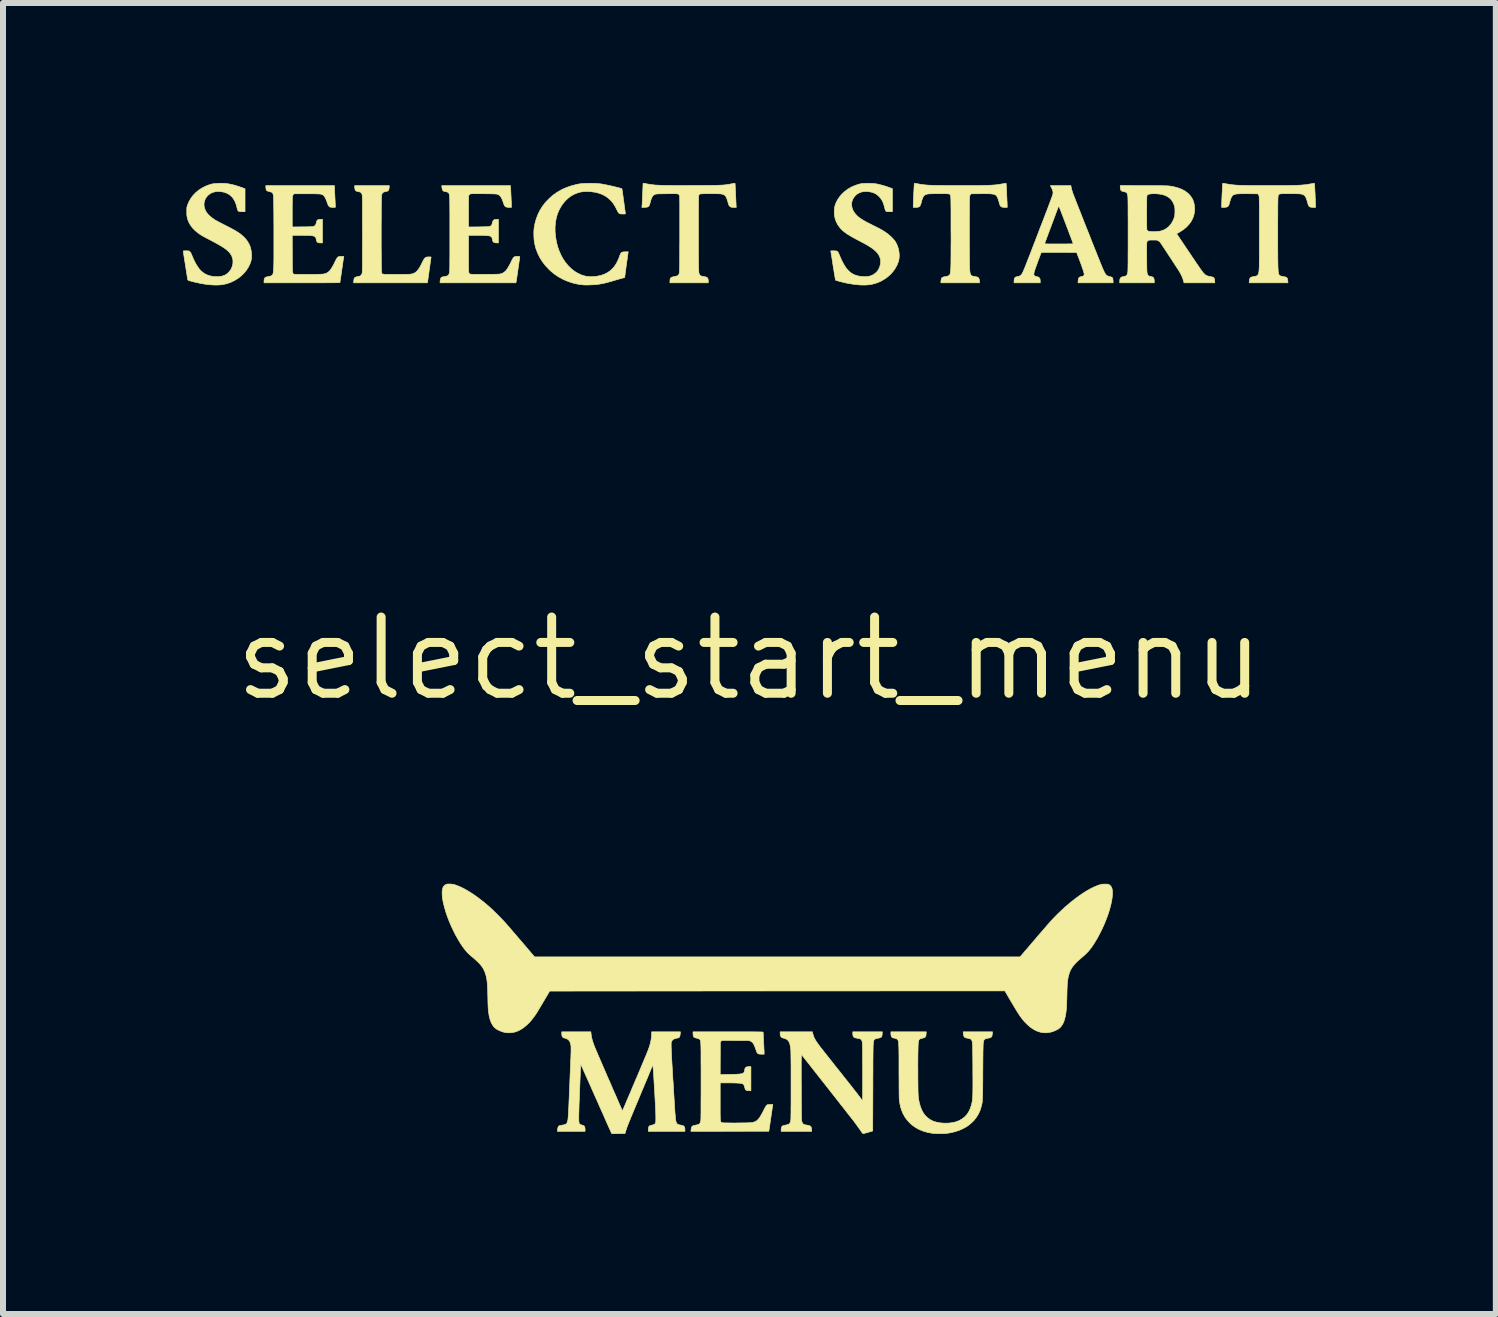
<source format=kicad_pcb>
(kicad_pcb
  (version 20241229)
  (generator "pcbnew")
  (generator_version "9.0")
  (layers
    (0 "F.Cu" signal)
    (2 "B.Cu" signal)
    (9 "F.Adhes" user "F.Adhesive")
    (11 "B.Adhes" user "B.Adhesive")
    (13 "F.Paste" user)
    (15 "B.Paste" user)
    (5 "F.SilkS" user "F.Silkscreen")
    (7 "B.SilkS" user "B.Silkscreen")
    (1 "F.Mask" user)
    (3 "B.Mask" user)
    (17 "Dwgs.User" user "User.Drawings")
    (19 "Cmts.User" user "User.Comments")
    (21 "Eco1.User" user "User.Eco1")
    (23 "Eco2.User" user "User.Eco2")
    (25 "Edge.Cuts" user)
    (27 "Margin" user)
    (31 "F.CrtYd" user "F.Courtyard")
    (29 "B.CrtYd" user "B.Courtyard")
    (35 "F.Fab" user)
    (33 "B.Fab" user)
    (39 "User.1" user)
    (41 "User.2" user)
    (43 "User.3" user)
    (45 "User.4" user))
  (footprint "select_start_menu"
    (layer "F.Cu")
    (at 9.441 7.925)
    (property "Reference" "select_start_menu" (at 0 0 0) (layer "F.SilkS") (effects (font (size 1.27 1.27) (thickness 0.15))))
    (attr through_hole)
    (fp_poly (pts (xy -6.004 -7.851) (xy -6.007 -7.827) (xy -6.012 -7.809) (xy -6.02 -7.797) (xy -6.034 -7.789) (xy -6.053 -7.784) (xy -6.069 -7.78) (xy -6.092 -7.775) (xy -6.109 -7.765) (xy -6.12 -7.751) (xy -6.128 -7.731) (xy -6.13 -7.719) (xy -6.131 -7.711) (xy -6.132 -7.695) (xy -6.133 -7.671) (xy -6.133 -7.641) (xy -6.134 -7.605) (xy -6.135 -7.564) (xy -6.135 -7.517) (xy -6.136 -7.467) (xy -6.136 -7.412) (xy -6.136 -7.355) (xy -6.136 -7.295) (xy -6.137 -7.233) (xy -6.137 -7.169) (xy -6.137 -7.105) (xy -6.137 -7.04) (xy -6.137 -6.976) (xy -6.137 -6.912) (xy -6.137 -6.85) (xy -6.136 -6.79) (xy -6.136 -6.733) (xy -6.136 -6.679) (xy -6.135 -6.628) (xy -6.135 -6.582) (xy -6.134 -6.541) (xy -6.134 -6.505) (xy -6.133 -6.475) (xy -6.132 -6.452) (xy -6.131 -6.436) (xy -6.131 -6.428) (xy -6.13 -6.427) (xy -6.128 -6.421) (xy -6.125 -6.417) (xy -6.122 -6.413) (xy -6.117 -6.409) (xy -6.109 -6.407) (xy -6.099 -6.405) (xy -6.085 -6.403) (xy -6.067 -6.402) (xy -6.043 -6.401) (xy -6.014 -6.401) (xy -5.978 -6.401) (xy -5.936 -6.401) (xy -5.891 -6.401) (xy -5.842 -6.401) (xy -5.797 -6.401) (xy -5.757 -6.402) (xy -5.721 -6.402) (xy -5.692 -6.403) (xy -5.669 -6.404) (xy -5.653 -6.405) (xy -5.649 -6.405) (xy -5.62 -6.411) (xy -5.595 -6.419) (xy -5.572 -6.431) (xy -5.551 -6.447) (xy -5.531 -6.468) (xy -5.511 -6.495) (xy -5.49 -6.528) (xy -5.469 -6.569) (xy -5.458 -6.59) (xy -5.443 -6.621) (xy -5.43 -6.645) (xy -5.418 -6.663) (xy -5.407 -6.676) (xy -5.395 -6.685) (xy -5.382 -6.69) (xy -5.366 -6.692) (xy -5.347 -6.693) (xy -5.34 -6.693) (xy -5.323 -6.693) (xy -5.312 -6.692) (xy -5.307 -6.69) (xy -5.306 -6.688) (xy -5.306 -6.685) (xy -5.307 -6.68) (xy -5.309 -6.667) (xy -5.312 -6.647) (xy -5.316 -6.621) (xy -5.32 -6.591) (xy -5.325 -6.556) (xy -5.33 -6.517) (xy -5.336 -6.476) (xy -5.337 -6.47) (xy -5.366 -6.261) (xy -6.597 -6.261) (xy -6.594 -6.295) (xy -6.592 -6.318) (xy -6.587 -6.335) (xy -6.579 -6.347) (xy -6.566 -6.355) (xy -6.548 -6.361) (xy -6.522 -6.367) (xy -6.52 -6.367) (xy -6.497 -6.372) (xy -6.48 -6.381) (xy -6.468 -6.393) (xy -6.459 -6.411) (xy -6.457 -6.417) (xy -6.456 -6.421) (xy -6.455 -6.425) (xy -6.454 -6.431) (xy -6.453 -6.438) (xy -6.453 -6.447) (xy -6.452 -6.458) (xy -6.452 -6.472) (xy -6.451 -6.49) (xy -6.451 -6.511) (xy -6.451 -6.536) (xy -6.45 -6.566) (xy -6.45 -6.6) (xy -6.45 -6.64) (xy -6.45 -6.685) (xy -6.45 -6.737) (xy -6.45 -6.794) (xy -6.45 -6.859) (xy -6.449 -6.932) (xy -6.449 -7.012) (xy -6.449 -7.076) (xy -6.449 -7.162) (xy -6.45 -7.24) (xy -6.45 -7.31) (xy -6.45 -7.373) (xy -6.45 -7.429) (xy -6.45 -7.479) (xy -6.45 -7.523) (xy -6.45 -7.561) (xy -6.45 -7.594) (xy -6.451 -7.622) (xy -6.451 -7.646) (xy -6.451 -7.667) (xy -6.452 -7.683) (xy -6.452 -7.697) (xy -6.453 -7.707) (xy -6.454 -7.716) (xy -6.454 -7.723) (xy -6.455 -7.728) (xy -6.456 -7.732) (xy -6.457 -7.736) (xy -6.464 -7.752) (xy -6.473 -7.764) (xy -6.486 -7.772) (xy -6.505 -7.778) (xy -6.519 -7.781) (xy -6.535 -7.785) (xy -6.549 -7.789) (xy -6.557 -7.792) (xy -6.568 -7.804) (xy -6.575 -7.823) (xy -6.579 -7.849) (xy -6.579 -7.855) (xy -6.579 -7.882) (xy -6.002 -7.882) (xy -6.004 -7.851)) (stroke (width 0.01) (type solid)) (fill yes) (layer "F.SilkS"))
    (fp_poly (pts (xy -2.614 -7.919) (xy -2.574 -7.918) (xy -2.537 -7.916) (xy -2.506 -7.913) (xy -2.483 -7.911) (xy -2.457 -7.907) (xy -2.427 -7.901) (xy -2.394 -7.895) (xy -2.359 -7.888) (xy -2.323 -7.88) (xy -2.288 -7.872) (xy -2.253 -7.864) (xy -2.22 -7.856) (xy -2.191 -7.849) (xy -2.166 -7.842) (xy -2.146 -7.837) (xy -2.132 -7.832) (xy -2.125 -7.829) (xy -2.125 -7.828) (xy -2.124 -7.824) (xy -2.122 -7.811) (xy -2.119 -7.792) (xy -2.115 -7.768) (xy -2.111 -7.738) (xy -2.106 -7.703) (xy -2.101 -7.666) (xy -2.096 -7.626) (xy -2.09 -7.586) (xy -2.085 -7.548) (xy -2.081 -7.513) (xy -2.076 -7.482) (xy -2.073 -7.457) (xy -2.07 -7.437) (xy -2.068 -7.423) (xy -2.067 -7.418) (xy -2.066 -7.414) (xy -2.068 -7.411) (xy -2.072 -7.409) (xy -2.082 -7.409) (xy -2.098 -7.408) (xy -2.109 -7.408) (xy -2.131 -7.409) (xy -2.148 -7.41) (xy -2.161 -7.413) (xy -2.172 -7.419) (xy -2.182 -7.43) (xy -2.192 -7.445) (xy -2.203 -7.466) (xy -2.214 -7.487) (xy -2.232 -7.523) (xy -2.249 -7.552) (xy -2.265 -7.577) (xy -2.28 -7.599) (xy -2.298 -7.619) (xy -2.31 -7.633) (xy -2.353 -7.673) (xy -2.4 -7.706) (xy -2.452 -7.734) (xy -2.51 -7.755) (xy -2.573 -7.771) (xy -2.641 -7.78) (xy -2.682 -7.783) (xy -2.748 -7.783) (xy -2.811 -7.775) (xy -2.871 -7.758) (xy -2.928 -7.734) (xy -2.982 -7.703) (xy -3.032 -7.663) (xy -3.078 -7.617) (xy -3.121 -7.563) (xy -3.131 -7.547) (xy -3.168 -7.484) (xy -3.197 -7.418) (xy -3.218 -7.347) (xy -3.232 -7.272) (xy -3.239 -7.193) (xy -3.239 -7.11) (xy -3.238 -7.104) (xy -3.23 -7.022) (xy -3.216 -6.942) (xy -3.197 -6.865) (xy -3.171 -6.792) (xy -3.141 -6.723) (xy -3.105 -6.659) (xy -3.065 -6.6) (xy -3.02 -6.546) (xy -2.971 -6.498) (xy -2.919 -6.456) (xy -2.863 -6.422) (xy -2.804 -6.394) (xy -2.781 -6.387) (xy -2.743 -6.375) (xy -2.707 -6.368) (xy -2.671 -6.364) (xy -2.631 -6.363) (xy -2.608 -6.364) (xy -2.54 -6.371) (xy -2.477 -6.384) (xy -2.419 -6.404) (xy -2.367 -6.43) (xy -2.319 -6.463) (xy -2.277 -6.503) (xy -2.251 -6.534) (xy -2.229 -6.566) (xy -2.207 -6.604) (xy -2.188 -6.644) (xy -2.171 -6.684) (xy -2.165 -6.701) (xy -2.156 -6.728) (xy -2.147 -6.748) (xy -2.137 -6.762) (xy -2.125 -6.77) (xy -2.109 -6.775) (xy -2.088 -6.777) (xy -2.066 -6.778) (xy -2.02 -6.778) (xy -2.022 -6.766) (xy -2.023 -6.759) (xy -2.025 -6.745) (xy -2.028 -6.724) (xy -2.031 -6.699) (xy -2.035 -6.669) (xy -2.04 -6.637) (xy -2.045 -6.602) (xy -2.05 -6.566) (xy -2.055 -6.529) (xy -2.06 -6.494) (xy -2.064 -6.46) (xy -2.068 -6.429) (xy -2.072 -6.402) (xy -2.075 -6.38) (xy -2.077 -6.364) (xy -2.078 -6.354) (xy -2.079 -6.352) (xy -2.082 -6.348) (xy -2.092 -6.345) (xy -2.097 -6.344) (xy -2.105 -6.342) (xy -2.121 -6.338) (xy -2.142 -6.332) (xy -2.168 -6.325) (xy -2.196 -6.317) (xy -2.227 -6.308) (xy -2.227 -6.308) (xy -2.277 -6.293) (xy -2.321 -6.28) (xy -2.359 -6.27) (xy -2.393 -6.261) (xy -2.423 -6.254) (xy -2.452 -6.248) (xy -2.481 -6.243) (xy -2.509 -6.238) (xy -2.54 -6.234) (xy -2.545 -6.234) (xy -2.567 -6.231) (xy -2.595 -6.229) (xy -2.626 -6.228) (xy -2.658 -6.226) (xy -2.69 -6.225) (xy -2.719 -6.225) (xy -2.744 -6.225) (xy -2.762 -6.226) (xy -2.762 -6.226) (xy -2.851 -6.237) (xy -2.937 -6.256) (xy -3.021 -6.283) (xy -3.101 -6.317) (xy -3.177 -6.358) (xy -3.249 -6.406) (xy -3.316 -6.461) (xy -3.339 -6.483) (xy -3.398 -6.546) (xy -3.45 -6.612) (xy -3.494 -6.683) (xy -3.53 -6.756) (xy -3.559 -6.833) (xy -3.579 -6.913) (xy -3.583 -6.934) (xy -3.587 -6.961) (xy -3.59 -6.994) (xy -3.592 -7.031) (xy -3.593 -7.069) (xy -3.593 -7.105) (xy -3.592 -7.138) (xy -3.59 -7.161) (xy -3.576 -7.244) (xy -3.554 -7.324) (xy -3.525 -7.401) (xy -3.488 -7.475) (xy -3.444 -7.544) (xy -3.392 -7.609) (xy -3.337 -7.666) (xy -3.272 -7.723) (xy -3.202 -7.772) (xy -3.128 -7.815) (xy -3.049 -7.85) (xy -2.964 -7.879) (xy -2.875 -7.902) (xy -2.826 -7.911) (xy -2.802 -7.914) (xy -2.771 -7.916) (xy -2.735 -7.918) (xy -2.696 -7.919) (xy -2.655 -7.919) (xy -2.614 -7.919)) (stroke (width 0.01) (type solid)) (fill yes) (layer "F.SilkS"))
    (fp_poly (pts (xy 2.017 -7.918) (xy 2.054 -7.917) (xy 2.088 -7.914) (xy 2.118 -7.91) (xy 2.125 -7.909) (xy 2.188 -7.894) (xy 2.254 -7.876) (xy 2.319 -7.854) (xy 2.33 -7.85) (xy 2.383 -7.831) (xy 2.383 -7.446) (xy 2.339 -7.446) (xy 2.32 -7.447) (xy 2.302 -7.448) (xy 2.289 -7.449) (xy 2.284 -7.45) (xy 2.276 -7.456) (xy 2.268 -7.466) (xy 2.262 -7.482) (xy 2.256 -7.505) (xy 2.255 -7.51) (xy 2.242 -7.558) (xy 2.228 -7.6) (xy 2.21 -7.636) (xy 2.189 -7.668) (xy 2.163 -7.697) (xy 2.161 -7.699) (xy 2.13 -7.727) (xy 2.098 -7.748) (xy 2.062 -7.764) (xy 2.022 -7.775) (xy 1.975 -7.782) (xy 1.96 -7.783) (xy 1.914 -7.783) (xy 1.87 -7.775) (xy 1.829 -7.76) (xy 1.793 -7.739) (xy 1.762 -7.711) (xy 1.736 -7.677) (xy 1.717 -7.641) (xy 1.706 -7.604) (xy 1.703 -7.565) (xy 1.708 -7.525) (xy 1.719 -7.486) (xy 1.739 -7.447) (xy 1.765 -7.41) (xy 1.799 -7.375) (xy 1.818 -7.358) (xy 1.838 -7.343) (xy 1.858 -7.329) (xy 1.881 -7.314) (xy 1.906 -7.299) (xy 1.936 -7.282) (xy 1.971 -7.263) (xy 2.012 -7.243) (xy 2.051 -7.223) (xy 2.083 -7.207) (xy 2.115 -7.191) (xy 2.145 -7.176) (xy 2.171 -7.162) (xy 2.193 -7.15) (xy 2.21 -7.141) (xy 2.214 -7.138) (xy 2.265 -7.106) (xy 2.312 -7.072) (xy 2.355 -7.035) (xy 2.392 -6.998) (xy 2.423 -6.961) (xy 2.44 -6.935) (xy 2.462 -6.891) (xy 2.479 -6.842) (xy 2.491 -6.792) (xy 2.497 -6.74) (xy 2.497 -6.69) (xy 2.491 -6.642) (xy 2.483 -6.612) (xy 2.46 -6.556) (xy 2.43 -6.501) (xy 2.393 -6.449) (xy 2.35 -6.401) (xy 2.301 -6.358) (xy 2.247 -6.32) (xy 2.191 -6.288) (xy 2.139 -6.265) (xy 2.087 -6.248) (xy 2.034 -6.235) (xy 1.979 -6.227) (xy 1.919 -6.224) (xy 1.854 -6.225) (xy 1.818 -6.228) (xy 1.741 -6.236) (xy 1.663 -6.248) (xy 1.607 -6.259) (xy 1.578 -6.266) (xy 1.549 -6.273) (xy 1.52 -6.28) (xy 1.494 -6.287) (xy 1.471 -6.294) (xy 1.453 -6.299) (xy 1.44 -6.303) (xy 1.435 -6.306) (xy 1.434 -6.311) (xy 1.432 -6.323) (xy 1.428 -6.342) (xy 1.424 -6.368) (xy 1.419 -6.398) (xy 1.413 -6.433) (xy 1.407 -6.472) (xy 1.4 -6.514) (xy 1.395 -6.545) (xy 1.388 -6.588) (xy 1.382 -6.63) (xy 1.376 -6.668) (xy 1.37 -6.702) (xy 1.365 -6.732) (xy 1.362 -6.756) (xy 1.359 -6.774) (xy 1.357 -6.784) (xy 1.356 -6.787) (xy 1.356 -6.79) (xy 1.359 -6.793) (xy 1.365 -6.794) (xy 1.378 -6.794) (xy 1.397 -6.795) (xy 1.398 -6.795) (xy 1.418 -6.794) (xy 1.436 -6.793) (xy 1.45 -6.791) (xy 1.456 -6.79) (xy 1.462 -6.787) (xy 1.468 -6.782) (xy 1.475 -6.774) (xy 1.482 -6.763) (xy 1.49 -6.746) (xy 1.5 -6.724) (xy 1.511 -6.697) (xy 1.539 -6.635) (xy 1.566 -6.582) (xy 1.594 -6.535) (xy 1.622 -6.495) (xy 1.652 -6.462) (xy 1.683 -6.434) (xy 1.717 -6.412) (xy 1.753 -6.394) (xy 1.781 -6.384) (xy 1.828 -6.372) (xy 1.878 -6.365) (xy 1.926 -6.363) (xy 1.975 -6.366) (xy 2.02 -6.377) (xy 2.061 -6.395) (xy 2.097 -6.419) (xy 2.128 -6.449) (xy 2.153 -6.485) (xy 2.172 -6.528) (xy 2.172 -6.529) (xy 2.184 -6.574) (xy 2.188 -6.617) (xy 2.183 -6.658) (xy 2.17 -6.698) (xy 2.15 -6.736) (xy 2.12 -6.773) (xy 2.083 -6.808) (xy 2.037 -6.843) (xy 2.036 -6.844) (xy 2.019 -6.855) (xy 2.003 -6.865) (xy 1.988 -6.875) (xy 1.971 -6.885) (xy 1.953 -6.896) (xy 1.932 -6.907) (xy 1.908 -6.921) (xy 1.878 -6.936) (xy 1.843 -6.955) (xy 1.81 -6.972) (xy 1.754 -7.002) (xy 1.705 -7.029) (xy 1.662 -7.055) (xy 1.625 -7.078) (xy 1.593 -7.101) (xy 1.565 -7.123) (xy 1.541 -7.145) (xy 1.52 -7.167) (xy 1.504 -7.186) (xy 1.471 -7.232) (xy 1.446 -7.281) (xy 1.428 -7.333) (xy 1.417 -7.388) (xy 1.414 -7.448) (xy 1.414 -7.449) (xy 1.417 -7.497) (xy 1.425 -7.542) (xy 1.439 -7.585) (xy 1.466 -7.64) (xy 1.5 -7.691) (xy 1.54 -7.739) (xy 1.587 -7.783) (xy 1.639 -7.822) (xy 1.695 -7.855) (xy 1.756 -7.882) (xy 1.819 -7.903) (xy 1.85 -7.911) (xy 1.874 -7.915) (xy 1.905 -7.917) (xy 1.94 -7.919) (xy 1.978 -7.919) (xy 2.017 -7.918)) (stroke (width 0.01) (type solid)) (fill yes) (layer "F.SilkS"))
    (fp_poly (pts (xy -8.764 -7.919) (xy -8.734 -7.918) (xy -8.726 -7.917) (xy -8.683 -7.911) (xy -8.64 -7.902) (xy -8.595 -7.892) (xy -8.547 -7.878) (xy -8.495 -7.861) (xy -8.47 -7.852) (xy -8.407 -7.83) (xy -8.407 -7.446) (xy -8.454 -7.446) (xy -8.48 -7.447) (xy -8.499 -7.449) (xy -8.512 -7.453) (xy -8.521 -7.459) (xy -8.527 -7.468) (xy -8.532 -7.479) (xy -8.536 -7.495) (xy -8.54 -7.51) (xy -8.541 -7.514) (xy -8.549 -7.549) (xy -8.562 -7.586) (xy -8.576 -7.62) (xy -8.577 -7.621) (xy -8.602 -7.664) (xy -8.632 -7.701) (xy -8.667 -7.73) (xy -8.707 -7.753) (xy -8.752 -7.77) (xy -8.803 -7.78) (xy -8.834 -7.783) (xy -8.88 -7.783) (xy -8.922 -7.775) (xy -8.961 -7.762) (xy -8.996 -7.742) (xy -9.025 -7.718) (xy -9.05 -7.69) (xy -9.07 -7.658) (xy -9.083 -7.623) (xy -9.09 -7.587) (xy -9.09 -7.548) (xy -9.083 -7.509) (xy -9.068 -7.47) (xy -9.051 -7.439) (xy -9.025 -7.405) (xy -8.991 -7.371) (xy -8.949 -7.338) (xy -8.904 -7.307) (xy -8.893 -7.301) (xy -8.875 -7.291) (xy -8.851 -7.278) (xy -8.824 -7.264) (xy -8.793 -7.248) (xy -8.76 -7.231) (xy -8.727 -7.214) (xy -8.678 -7.189) (xy -8.635 -7.167) (xy -8.598 -7.147) (xy -8.567 -7.129) (xy -8.539 -7.112) (xy -8.514 -7.096) (xy -8.491 -7.08) (xy -8.47 -7.063) (xy -8.456 -7.052) (xy -8.41 -7.009) (xy -8.372 -6.962) (xy -8.342 -6.913) (xy -8.32 -6.861) (xy -8.306 -6.804) (xy -8.298 -6.744) (xy -8.298 -6.716) (xy -8.299 -6.677) (xy -8.304 -6.641) (xy -8.313 -6.607) (xy -8.325 -6.576) (xy -8.352 -6.52) (xy -8.386 -6.468) (xy -8.427 -6.419) (xy -8.474 -6.374) (xy -8.526 -6.334) (xy -8.583 -6.299) (xy -8.643 -6.27) (xy -8.706 -6.248) (xy -8.735 -6.241) (xy -8.782 -6.232) (xy -8.83 -6.226) (xy -8.881 -6.224) (xy -8.937 -6.225) (xy -8.977 -6.228) (xy -9.058 -6.236) (xy -9.143 -6.25) (xy -9.233 -6.27) (xy -9.252 -6.274) (xy -9.285 -6.283) (xy -9.311 -6.289) (xy -9.33 -6.295) (xy -9.344 -6.3) (xy -9.353 -6.304) (xy -9.359 -6.308) (xy -9.362 -6.312) (xy -9.362 -6.313) (xy -9.363 -6.32) (xy -9.366 -6.334) (xy -9.369 -6.355) (xy -9.373 -6.38) (xy -9.378 -6.411) (xy -9.383 -6.445) (xy -9.389 -6.481) (xy -9.395 -6.519) (xy -9.401 -6.558) (xy -9.407 -6.597) (xy -9.413 -6.634) (xy -9.419 -6.669) (xy -9.424 -6.702) (xy -9.428 -6.73) (xy -9.432 -6.754) (xy -9.434 -6.772) (xy -9.436 -6.783) (xy -9.436 -6.786) (xy -9.436 -6.79) (xy -9.433 -6.792) (xy -9.426 -6.794) (xy -9.415 -6.794) (xy -9.396 -6.794) (xy -9.391 -6.795) (xy -9.37 -6.794) (xy -9.353 -6.793) (xy -9.339 -6.79) (xy -9.328 -6.783) (xy -9.319 -6.773) (xy -9.31 -6.758) (xy -9.3 -6.737) (xy -9.288 -6.709) (xy -9.286 -6.703) (xy -9.258 -6.639) (xy -9.229 -6.583) (xy -9.2 -6.535) (xy -9.17 -6.493) (xy -9.138 -6.458) (xy -9.104 -6.43) (xy -9.068 -6.407) (xy -9.029 -6.389) (xy -8.986 -6.376) (xy -8.951 -6.369) (xy -8.895 -6.363) (xy -8.843 -6.364) (xy -8.794 -6.372) (xy -8.75 -6.386) (xy -8.739 -6.391) (xy -8.715 -6.406) (xy -8.69 -6.426) (xy -8.667 -6.451) (xy -8.647 -6.477) (xy -8.634 -6.499) (xy -8.617 -6.543) (xy -8.609 -6.587) (xy -8.608 -6.63) (xy -8.615 -6.672) (xy -8.63 -6.712) (xy -8.65 -6.745) (xy -8.664 -6.763) (xy -8.681 -6.781) (xy -8.7 -6.799) (xy -8.722 -6.818) (xy -8.748 -6.837) (xy -8.778 -6.857) (xy -8.814 -6.879) (xy -8.855 -6.903) (xy -8.902 -6.929) (xy -8.956 -6.958) (xy -8.994 -6.978) (xy -9.031 -6.997) (xy -9.062 -7.013) (xy -9.087 -7.027) (xy -9.108 -7.038) (xy -9.125 -7.048) (xy -9.141 -7.058) (xy -9.155 -7.067) (xy -9.169 -7.077) (xy -9.179 -7.084) (xy -9.231 -7.125) (xy -9.275 -7.168) (xy -9.31 -7.213) (xy -9.339 -7.26) (xy -9.36 -7.311) (xy -9.367 -7.335) (xy -9.371 -7.353) (xy -9.374 -7.368) (xy -9.376 -7.383) (xy -9.378 -7.401) (xy -9.378 -7.424) (xy -9.378 -7.446) (xy -9.378 -7.473) (xy -9.378 -7.493) (xy -9.377 -7.508) (xy -9.376 -7.52) (xy -9.373 -7.532) (xy -9.369 -7.545) (xy -9.367 -7.552) (xy -9.343 -7.611) (xy -9.311 -7.667) (xy -9.273 -7.718) (xy -9.228 -7.765) (xy -9.178 -7.806) (xy -9.123 -7.842) (xy -9.062 -7.873) (xy -8.998 -7.897) (xy -8.954 -7.909) (xy -8.931 -7.913) (xy -8.902 -7.916) (xy -8.868 -7.918) (xy -8.833 -7.92) (xy -8.797 -7.92) (xy -8.764 -7.919)) (stroke (width 0.01) (type solid)) (fill yes) (layer "F.SilkS"))
    (fp_poly (pts (xy 2.945 6.257) (xy 2.943 6.28) (xy 2.939 6.297) (xy 2.932 6.309) (xy 2.921 6.317) (xy 2.904 6.324) (xy 2.881 6.33) (xy 2.877 6.331) (xy 2.856 6.336) (xy 2.842 6.342) (xy 2.832 6.35) (xy 2.825 6.361) (xy 2.822 6.37) (xy 2.819 6.381) (xy 2.816 6.399) (xy 2.814 6.422) (xy 2.812 6.452) (xy 2.811 6.488) (xy 2.81 6.531) (xy 2.809 6.582) (xy 2.808 6.639) (xy 2.808 6.704) (xy 2.807 6.777) (xy 2.808 6.858) (xy 2.808 6.934) (xy 2.808 6.999) (xy 2.809 7.057) (xy 2.809 7.107) (xy 2.81 7.151) (xy 2.81 7.189) (xy 2.811 7.222) (xy 2.812 7.251) (xy 2.813 7.276) (xy 2.815 7.297) (xy 2.817 7.317) (xy 2.819 7.334) (xy 2.821 7.35) (xy 2.824 7.366) (xy 2.827 7.382) (xy 2.831 7.399) (xy 2.831 7.402) (xy 2.849 7.466) (xy 2.871 7.523) (xy 2.898 7.574) (xy 2.93 7.617) (xy 2.968 7.654) (xy 3.01 7.685) (xy 3.058 7.71) (xy 3.065 7.713) (xy 3.111 7.727) (xy 3.162 7.738) (xy 3.216 7.744) (xy 3.272 7.746) (xy 3.328 7.744) (xy 3.382 7.737) (xy 3.432 7.726) (xy 3.443 7.723) (xy 3.497 7.702) (xy 3.544 7.675) (xy 3.586 7.643) (xy 3.623 7.604) (xy 3.654 7.558) (xy 3.679 7.506) (xy 3.699 7.448) (xy 3.708 7.411) (xy 3.711 7.397) (xy 3.714 7.382) (xy 3.716 7.367) (xy 3.718 7.351) (xy 3.719 7.332) (xy 3.721 7.312) (xy 3.722 7.288) (xy 3.723 7.26) (xy 3.724 7.229) (xy 3.724 7.193) (xy 3.725 7.152) (xy 3.725 7.105) (xy 3.725 7.052) (xy 3.725 6.992) (xy 3.724 6.924) (xy 3.724 6.849) (xy 3.724 6.838) (xy 3.724 6.767) (xy 3.723 6.704) (xy 3.723 6.649) (xy 3.722 6.6) (xy 3.722 6.558) (xy 3.721 6.521) (xy 3.721 6.49) (xy 3.72 6.464) (xy 3.719 6.442) (xy 3.718 6.424) (xy 3.717 6.41) (xy 3.715 6.398) (xy 3.714 6.388) (xy 3.712 6.38) (xy 3.71 6.373) (xy 3.707 6.368) (xy 3.706 6.364) (xy 3.698 6.353) (xy 3.688 6.344) (xy 3.673 6.337) (xy 3.652 6.332) (xy 3.641 6.33) (xy 3.623 6.327) (xy 3.607 6.323) (xy 3.596 6.32) (xy 3.594 6.319) (xy 3.582 6.309) (xy 3.573 6.292) (xy 3.567 6.268) (xy 3.566 6.255) (xy 3.563 6.223) (xy 4.052 6.223) (xy 4.049 6.254) (xy 4.046 6.278) (xy 4.041 6.296) (xy 4.033 6.309) (xy 4.021 6.318) (xy 4.004 6.324) (xy 3.979 6.329) (xy 3.974 6.33) (xy 3.95 6.335) (xy 3.933 6.341) (xy 3.921 6.348) (xy 3.913 6.357) (xy 3.91 6.362) (xy 3.907 6.367) (xy 3.905 6.373) (xy 3.903 6.379) (xy 3.901 6.387) (xy 3.9 6.397) (xy 3.898 6.41) (xy 3.897 6.425) (xy 3.896 6.443) (xy 3.895 6.466) (xy 3.895 6.492) (xy 3.894 6.524) (xy 3.893 6.561) (xy 3.893 6.603) (xy 3.892 6.652) (xy 3.892 6.707) (xy 3.891 6.77) (xy 3.891 6.841) (xy 3.89 6.888) (xy 3.89 6.962) (xy 3.89 7.029) (xy 3.889 7.089) (xy 3.889 7.142) (xy 3.888 7.188) (xy 3.888 7.228) (xy 3.887 7.264) (xy 3.886 7.294) (xy 3.885 7.321) (xy 3.884 7.343) (xy 3.883 7.363) (xy 3.882 7.38) (xy 3.88 7.395) (xy 3.878 7.409) (xy 3.876 7.421) (xy 3.873 7.434) (xy 3.87 7.446) (xy 3.867 7.459) (xy 3.865 7.469) (xy 3.844 7.534) (xy 3.816 7.595) (xy 3.781 7.651) (xy 3.74 7.703) (xy 3.692 7.749) (xy 3.639 7.791) (xy 3.579 7.827) (xy 3.514 7.858) (xy 3.443 7.883) (xy 3.367 7.903) (xy 3.287 7.916) (xy 3.285 7.916) (xy 3.263 7.918) (xy 3.234 7.919) (xy 3.201 7.92) (xy 3.166 7.92) (xy 3.131 7.919) (xy 3.098 7.918) (xy 3.069 7.916) (xy 3.047 7.914) (xy 2.97 7.9) (xy 2.898 7.879) (xy 2.831 7.852) (xy 2.769 7.818) (xy 2.713 7.778) (xy 2.679 7.748) (xy 2.633 7.699) (xy 2.594 7.647) (xy 2.562 7.59) (xy 2.536 7.529) (xy 2.516 7.463) (xy 2.503 7.391) (xy 2.498 7.352) (xy 2.497 7.338) (xy 2.496 7.317) (xy 2.496 7.287) (xy 2.495 7.249) (xy 2.495 7.204) (xy 2.494 7.152) (xy 2.494 7.092) (xy 2.494 7.025) (xy 2.493 6.952) (xy 2.493 6.894) (xy 2.493 6.818) (xy 2.493 6.749) (xy 2.493 6.687) (xy 2.493 6.633) (xy 2.492 6.586) (xy 2.492 6.544) (xy 2.491 6.508) (xy 2.49 6.478) (xy 2.489 6.452) (xy 2.488 6.43) (xy 2.487 6.412) (xy 2.485 6.397) (xy 2.484 6.386) (xy 2.482 6.376) (xy 2.479 6.369) (xy 2.471 6.353) (xy 2.456 6.341) (xy 2.435 6.333) (xy 2.418 6.329) (xy 2.402 6.326) (xy 2.388 6.321) (xy 2.38 6.318) (xy 2.368 6.305) (xy 2.361 6.285) (xy 2.358 6.259) (xy 2.358 6.253) (xy 2.358 6.223) (xy 2.948 6.223) (xy 2.945 6.257)) (stroke (width 0.01) (type solid)) (fill yes) (layer "F.SilkS"))
    (fp_poly (pts (xy 7.893 -7.919) (xy 7.904 -7.918) (xy 7.921 -7.916) (xy 7.942 -7.912) (xy 7.951 -7.911) (xy 7.974 -7.906) (xy 7.996 -7.903) (xy 8.018 -7.899) (xy 8.039 -7.897) (xy 8.061 -7.894) (xy 8.084 -7.892) (xy 8.108 -7.89) (xy 8.135 -7.888) (xy 8.165 -7.887) (xy 8.197 -7.886) (xy 8.234 -7.885) (xy 8.275 -7.884) (xy 8.321 -7.884) (xy 8.373 -7.883) (xy 8.431 -7.883) (xy 8.495 -7.883) (xy 8.567 -7.883) (xy 8.647 -7.883) (xy 8.653 -7.883) (xy 8.733 -7.883) (xy 8.806 -7.883) (xy 8.871 -7.883) (xy 8.929 -7.883) (xy 8.981 -7.883) (xy 9.028 -7.884) (xy 9.069 -7.885) (xy 9.106 -7.886) (xy 9.139 -7.887) (xy 9.169 -7.888) (xy 9.196 -7.89) (xy 9.22 -7.892) (xy 9.243 -7.894) (xy 9.265 -7.896) (xy 9.287 -7.899) (xy 9.308 -7.902) (xy 9.33 -7.906) (xy 9.353 -7.91) (xy 9.355 -7.911) (xy 9.377 -7.914) (xy 9.395 -7.917) (xy 9.409 -7.919) (xy 9.417 -7.919) (xy 9.418 -7.919) (xy 9.419 -7.914) (xy 9.42 -7.903) (xy 9.421 -7.884) (xy 9.422 -7.86) (xy 9.424 -7.833) (xy 9.425 -7.801) (xy 9.427 -7.768) (xy 9.429 -7.734) (xy 9.43 -7.699) (xy 9.432 -7.666) (xy 9.433 -7.634) (xy 9.434 -7.606) (xy 9.435 -7.581) (xy 9.436 -7.562) (xy 9.436 -7.551) (xy 9.436 -7.517) (xy 9.392 -7.519) (xy 9.369 -7.52) (xy 9.351 -7.523) (xy 9.338 -7.528) (xy 9.327 -7.537) (xy 9.319 -7.551) (xy 9.311 -7.57) (xy 9.304 -7.596) (xy 9.3 -7.609) (xy 9.289 -7.646) (xy 9.279 -7.675) (xy 9.267 -7.698) (xy 9.253 -7.715) (xy 9.237 -7.727) (xy 9.218 -7.736) (xy 9.194 -7.741) (xy 9.181 -7.743) (xy 9.168 -7.744) (xy 9.148 -7.745) (xy 9.123 -7.746) (xy 9.093 -7.746) (xy 9.059 -7.747) (xy 9.023 -7.747) (xy 8.998 -7.747) (xy 8.958 -7.747) (xy 8.926 -7.747) (xy 8.9 -7.747) (xy 8.88 -7.746) (xy 8.865 -7.745) (xy 8.854 -7.744) (xy 8.846 -7.743) (xy 8.84 -7.742) (xy 8.835 -7.74) (xy 8.835 -7.74) (xy 8.831 -7.738) (xy 8.827 -7.736) (xy 8.824 -7.734) (xy 8.821 -7.732) (xy 8.819 -7.729) (xy 8.816 -7.724) (xy 8.815 -7.717) (xy 8.813 -7.707) (xy 8.812 -7.695) (xy 8.81 -7.679) (xy 8.809 -7.66) (xy 8.809 -7.637) (xy 8.808 -7.608) (xy 8.808 -7.575) (xy 8.807 -7.536) (xy 8.807 -7.492) (xy 8.807 -7.44) (xy 8.807 -7.382) (xy 8.806 -7.317) (xy 8.806 -7.244) (xy 8.806 -7.201) (xy 8.806 -7.133) (xy 8.806 -7.066) (xy 8.806 -7) (xy 8.806 -6.935) (xy 8.806 -6.874) (xy 8.806 -6.815) (xy 8.807 -6.761) (xy 8.807 -6.711) (xy 8.807 -6.666) (xy 8.808 -6.628) (xy 8.808 -6.596) (xy 8.809 -6.572) (xy 8.809 -6.566) (xy 8.81 -6.521) (xy 8.812 -6.484) (xy 8.814 -6.454) (xy 8.817 -6.43) (xy 8.821 -6.412) (xy 8.827 -6.397) (xy 8.835 -6.387) (xy 8.845 -6.379) (xy 8.858 -6.374) (xy 8.874 -6.37) (xy 8.893 -6.366) (xy 8.898 -6.365) (xy 8.917 -6.362) (xy 8.934 -6.358) (xy 8.947 -6.354) (xy 8.951 -6.352) (xy 8.961 -6.342) (xy 8.968 -6.328) (xy 8.972 -6.308) (xy 8.974 -6.292) (xy 8.976 -6.261) (xy 8.33 -6.261) (xy 8.332 -6.292) (xy 8.335 -6.315) (xy 8.34 -6.332) (xy 8.348 -6.344) (xy 8.36 -6.353) (xy 8.378 -6.36) (xy 8.403 -6.365) (xy 8.415 -6.367) (xy 8.437 -6.371) (xy 8.455 -6.377) (xy 8.468 -6.385) (xy 8.478 -6.397) (xy 8.485 -6.413) (xy 8.49 -6.435) (xy 8.494 -6.463) (xy 8.496 -6.498) (xy 8.497 -6.512) (xy 8.498 -6.534) (xy 8.498 -6.562) (xy 8.498 -6.596) (xy 8.499 -6.636) (xy 8.499 -6.681) (xy 8.5 -6.73) (xy 8.5 -6.783) (xy 8.5 -6.839) (xy 8.5 -6.898) (xy 8.5 -6.958) (xy 8.5 -7.02) (xy 8.5 -7.083) (xy 8.5 -7.146) (xy 8.5 -7.208) (xy 8.5 -7.269) (xy 8.5 -7.329) (xy 8.5 -7.386) (xy 8.5 -7.44) (xy 8.499 -7.491) (xy 8.499 -7.538) (xy 8.499 -7.58) (xy 8.498 -7.617) (xy 8.498 -7.648) (xy 8.497 -7.672) (xy 8.497 -7.69) (xy 8.496 -7.7) (xy 8.496 -7.701) (xy 8.49 -7.721) (xy 8.481 -7.734) (xy 8.471 -7.745) (xy 8.319 -7.746) (xy 8.275 -7.746) (xy 8.235 -7.746) (xy 8.199 -7.746) (xy 8.168 -7.745) (xy 8.145 -7.744) (xy 8.128 -7.743) (xy 8.128 -7.743) (xy 8.104 -7.739) (xy 8.084 -7.734) (xy 8.067 -7.726) (xy 8.053 -7.715) (xy 8.041 -7.7) (xy 8.03 -7.68) (xy 8.02 -7.654) (xy 8.01 -7.621) (xy 8.001 -7.587) (xy 7.993 -7.562) (xy 7.984 -7.544) (xy 7.972 -7.531) (xy 7.956 -7.524) (xy 7.935 -7.52) (xy 7.907 -7.518) (xy 7.905 -7.518) (xy 7.87 -7.518) (xy 7.87 -7.541) (xy 7.87 -7.552) (xy 7.871 -7.57) (xy 7.872 -7.594) (xy 7.873 -7.621) (xy 7.874 -7.652) (xy 7.876 -7.686) (xy 7.877 -7.721) (xy 7.879 -7.755) (xy 7.881 -7.789) (xy 7.882 -7.822) (xy 7.884 -7.851) (xy 7.885 -7.876) (xy 7.886 -7.897) (xy 7.887 -7.911) (xy 7.888 -7.919) (xy 7.888 -7.919) (xy 7.893 -7.919)) (stroke (width 0.01) (type solid)) (fill yes) (layer "F.SilkS"))
    (fp_poly (pts (xy 4.278 -7.919) (xy 4.279 -7.915) (xy 4.28 -7.903) (xy 4.281 -7.885) (xy 4.282 -7.861) (xy 4.284 -7.833) (xy 4.285 -7.802) (xy 4.287 -7.769) (xy 4.289 -7.734) (xy 4.29 -7.699) (xy 4.292 -7.665) (xy 4.293 -7.634) (xy 4.295 -7.605) (xy 4.296 -7.58) (xy 4.296 -7.56) (xy 4.297 -7.546) (xy 4.297 -7.543) (xy 4.297 -7.518) (xy 4.262 -7.518) (xy 4.233 -7.519) (xy 4.212 -7.523) (xy 4.195 -7.531) (xy 4.183 -7.543) (xy 4.174 -7.561) (xy 4.167 -7.585) (xy 4.166 -7.587) (xy 4.156 -7.625) (xy 4.146 -7.655) (xy 4.137 -7.679) (xy 4.127 -7.698) (xy 4.117 -7.712) (xy 4.105 -7.723) (xy 4.096 -7.729) (xy 4.085 -7.733) (xy 4.072 -7.737) (xy 4.056 -7.74) (xy 4.036 -7.743) (xy 4.011 -7.745) (xy 3.98 -7.746) (xy 3.944 -7.746) (xy 3.9 -7.747) (xy 3.848 -7.746) (xy 3.847 -7.746) (xy 3.696 -7.745) (xy 3.685 -7.734) (xy 3.676 -7.72) (xy 3.67 -7.701) (xy 3.67 -7.693) (xy 3.669 -7.678) (xy 3.669 -7.656) (xy 3.668 -7.626) (xy 3.668 -7.591) (xy 3.667 -7.551) (xy 3.667 -7.505) (xy 3.667 -7.455) (xy 3.667 -7.402) (xy 3.666 -7.345) (xy 3.666 -7.286) (xy 3.666 -7.226) (xy 3.666 -7.164) (xy 3.666 -7.101) (xy 3.666 -7.038) (xy 3.666 -6.976) (xy 3.666 -6.915) (xy 3.667 -6.856) (xy 3.667 -6.799) (xy 3.667 -6.746) (xy 3.667 -6.696) (xy 3.668 -6.65) (xy 3.668 -6.608) (xy 3.669 -6.573) (xy 3.669 -6.543) (xy 3.67 -6.52) (xy 3.67 -6.504) (xy 3.67 -6.502) (xy 3.673 -6.466) (xy 3.676 -6.437) (xy 3.681 -6.415) (xy 3.688 -6.398) (xy 3.697 -6.386) (xy 3.71 -6.378) (xy 3.726 -6.372) (xy 3.746 -6.368) (xy 3.752 -6.367) (xy 3.78 -6.362) (xy 3.8 -6.356) (xy 3.815 -6.348) (xy 3.824 -6.337) (xy 3.83 -6.322) (xy 3.833 -6.302) (xy 3.834 -6.292) (xy 3.837 -6.261) (xy 3.191 -6.261) (xy 3.193 -6.292) (xy 3.196 -6.316) (xy 3.201 -6.334) (xy 3.209 -6.346) (xy 3.216 -6.352) (xy 3.224 -6.355) (xy 3.238 -6.359) (xy 3.256 -6.363) (xy 3.268 -6.365) (xy 3.289 -6.369) (xy 3.307 -6.374) (xy 3.321 -6.379) (xy 3.331 -6.387) (xy 3.34 -6.398) (xy 3.346 -6.413) (xy 3.35 -6.433) (xy 3.353 -6.458) (xy 3.355 -6.49) (xy 3.357 -6.529) (xy 3.358 -6.543) (xy 3.358 -6.56) (xy 3.359 -6.586) (xy 3.359 -6.619) (xy 3.359 -6.658) (xy 3.36 -6.704) (xy 3.36 -6.754) (xy 3.36 -6.809) (xy 3.36 -6.868) (xy 3.361 -6.93) (xy 3.361 -6.995) (xy 3.361 -7.062) (xy 3.36 -7.13) (xy 3.36 -7.178) (xy 3.36 -7.257) (xy 3.36 -7.328) (xy 3.36 -7.392) (xy 3.36 -7.449) (xy 3.36 -7.499) (xy 3.359 -7.542) (xy 3.359 -7.58) (xy 3.358 -7.612) (xy 3.358 -7.64) (xy 3.357 -7.663) (xy 3.356 -7.681) (xy 3.355 -7.696) (xy 3.353 -7.708) (xy 3.352 -7.717) (xy 3.35 -7.724) (xy 3.348 -7.729) (xy 3.345 -7.732) (xy 3.342 -7.735) (xy 3.339 -7.736) (xy 3.336 -7.738) (xy 3.332 -7.74) (xy 3.332 -7.74) (xy 3.327 -7.742) (xy 3.321 -7.743) (xy 3.313 -7.744) (xy 3.302 -7.745) (xy 3.287 -7.746) (xy 3.268 -7.747) (xy 3.242 -7.747) (xy 3.21 -7.747) (xy 3.171 -7.747) (xy 3.169 -7.747) (xy 3.132 -7.747) (xy 3.097 -7.747) (xy 3.064 -7.746) (xy 3.035 -7.745) (xy 3.011 -7.745) (xy 2.994 -7.744) (xy 2.986 -7.743) (xy 2.96 -7.739) (xy 2.939 -7.732) (xy 2.921 -7.722) (xy 2.906 -7.708) (xy 2.894 -7.688) (xy 2.883 -7.662) (xy 2.872 -7.63) (xy 2.866 -7.605) (xy 2.858 -7.576) (xy 2.849 -7.554) (xy 2.84 -7.538) (xy 2.827 -7.528) (xy 2.812 -7.522) (xy 2.791 -7.519) (xy 2.765 -7.518) (xy 2.731 -7.518) (xy 2.731 -7.551) (xy 2.731 -7.566) (xy 2.732 -7.586) (xy 2.732 -7.611) (xy 2.734 -7.641) (xy 2.735 -7.673) (xy 2.737 -7.707) (xy 2.738 -7.741) (xy 2.74 -7.775) (xy 2.742 -7.808) (xy 2.743 -7.839) (xy 2.745 -7.866) (xy 2.746 -7.889) (xy 2.747 -7.906) (xy 2.748 -7.916) (xy 2.749 -7.919) (xy 2.753 -7.919) (xy 2.765 -7.918) (xy 2.782 -7.916) (xy 2.802 -7.912) (xy 2.812 -7.911) (xy 2.835 -7.906) (xy 2.857 -7.903) (xy 2.879 -7.899) (xy 2.9 -7.897) (xy 2.922 -7.894) (xy 2.945 -7.892) (xy 2.969 -7.89) (xy 2.996 -7.888) (xy 3.025 -7.887) (xy 3.058 -7.886) (xy 3.095 -7.885) (xy 3.136 -7.884) (xy 3.182 -7.884) (xy 3.234 -7.883) (xy 3.291 -7.883) (xy 3.356 -7.883) (xy 3.428 -7.883) (xy 3.508 -7.883) (xy 3.514 -7.883) (xy 3.594 -7.883) (xy 3.666 -7.883) (xy 3.731 -7.883) (xy 3.79 -7.883) (xy 3.842 -7.883) (xy 3.888 -7.884) (xy 3.93 -7.885) (xy 3.967 -7.886) (xy 4 -7.887) (xy 4.029 -7.888) (xy 4.056 -7.89) (xy 4.081 -7.892) (xy 4.104 -7.894) (xy 4.126 -7.896) (xy 4.147 -7.899) (xy 4.169 -7.902) (xy 4.191 -7.906) (xy 4.214 -7.91) (xy 4.216 -7.911) (xy 4.237 -7.914) (xy 4.256 -7.917) (xy 4.27 -7.919) (xy 4.277 -7.92) (xy 4.278 -7.919)) (stroke (width 0.01) (type solid)) (fill yes) (layer "F.SilkS"))
    (fp_poly (pts (xy -0.273 6.223) (xy -0.199 6.223) (xy -0.133 6.223) (xy -0.074 6.223) (xy -0.021 6.223) (xy 0.025 6.223) (xy 0.065 6.223) (xy 0.099 6.224) (xy 0.128 6.224) (xy 0.153 6.224) (xy 0.173 6.225) (xy 0.189 6.225) (xy 0.202 6.225) (xy 0.212 6.226) (xy 0.219 6.227) (xy 0.224 6.227) (xy 0.227 6.228) (xy 0.228 6.229) (xy 0.229 6.23) (xy 0.229 6.23) (xy 0.229 6.236) (xy 0.23 6.249) (xy 0.231 6.269) (xy 0.232 6.294) (xy 0.233 6.324) (xy 0.235 6.358) (xy 0.237 6.394) (xy 0.237 6.397) (xy 0.239 6.433) (xy 0.241 6.468) (xy 0.242 6.5) (xy 0.244 6.528) (xy 0.245 6.55) (xy 0.245 6.566) (xy 0.245 6.575) (xy 0.245 6.575) (xy 0.246 6.596) (xy 0.202 6.596) (xy 0.181 6.595) (xy 0.166 6.594) (xy 0.155 6.592) (xy 0.147 6.588) (xy 0.145 6.587) (xy 0.138 6.583) (xy 0.133 6.578) (xy 0.128 6.571) (xy 0.123 6.561) (xy 0.117 6.546) (xy 0.11 6.526) (xy 0.105 6.512) (xy 0.093 6.477) (xy 0.081 6.449) (xy 0.07 6.427) (xy 0.059 6.41) (xy 0.047 6.397) (xy 0.033 6.387) (xy 0.022 6.381) (xy -0.002 6.369) (xy -0.457 6.367) (xy -0.471 6.379) (xy -0.485 6.392) (xy -0.486 6.664) (xy -0.487 6.936) (xy -0.327 6.933) (xy -0.277 6.932) (xy -0.234 6.931) (xy -0.198 6.929) (xy -0.169 6.927) (xy -0.145 6.924) (xy -0.126 6.921) (xy -0.112 6.916) (xy -0.101 6.91) (xy -0.094 6.902) (xy -0.088 6.893) (xy -0.084 6.882) (xy -0.081 6.869) (xy -0.081 6.864) (xy -0.077 6.848) (xy -0.073 6.833) (xy -0.069 6.825) (xy -0.057 6.813) (xy -0.038 6.806) (xy -0.011 6.803) (xy -0.004 6.803) (xy 0.025 6.803) (xy 0.025 7.206) (xy -0.011 7.204) (xy -0.034 7.202) (xy -0.05 7.199) (xy -0.061 7.191) (xy -0.069 7.18) (xy -0.075 7.162) (xy -0.079 7.148) (xy -0.085 7.126) (xy -0.092 7.11) (xy -0.1 7.099) (xy -0.111 7.091) (xy -0.117 7.088) (xy -0.132 7.084) (xy -0.155 7.081) (xy -0.186 7.078) (xy -0.226 7.076) (xy -0.274 7.075) (xy -0.33 7.074) (xy -0.357 7.074) (xy -0.487 7.074) (xy -0.487 7.387) (xy -0.487 7.449) (xy -0.487 7.502) (xy -0.487 7.548) (xy -0.487 7.588) (xy -0.486 7.621) (xy -0.486 7.648) (xy -0.485 7.671) (xy -0.484 7.689) (xy -0.482 7.703) (xy -0.48 7.713) (xy -0.478 7.721) (xy -0.475 7.726) (xy -0.472 7.73) (xy -0.468 7.733) (xy -0.464 7.735) (xy -0.459 7.737) (xy -0.459 7.737) (xy -0.451 7.738) (xy -0.435 7.74) (xy -0.413 7.741) (xy -0.386 7.741) (xy -0.354 7.742) (xy -0.318 7.742) (xy -0.279 7.743) (xy -0.238 7.743) (xy -0.197 7.742) (xy -0.156 7.742) (xy -0.115 7.741) (xy -0.077 7.741) (xy -0.042 7.74) (xy -0.01 7.739) (xy 0.016 7.737) (xy 0.037 7.736) (xy 0.051 7.734) (xy 0.055 7.734) (xy 0.078 7.726) (xy 0.098 7.718) (xy 0.117 7.708) (xy 0.133 7.695) (xy 0.149 7.678) (xy 0.166 7.658) (xy 0.183 7.632) (xy 0.201 7.6) (xy 0.222 7.562) (xy 0.233 7.54) (xy 0.251 7.505) (xy 0.266 7.478) (xy 0.278 7.459) (xy 0.286 7.447) (xy 0.289 7.445) (xy 0.296 7.44) (xy 0.305 7.438) (xy 0.318 7.436) (xy 0.336 7.435) (xy 0.346 7.434) (xy 0.39 7.433) (xy 0.387 7.453) (xy 0.386 7.462) (xy 0.383 7.477) (xy 0.38 7.5) (xy 0.376 7.528) (xy 0.371 7.56) (xy 0.366 7.597) (xy 0.36 7.636) (xy 0.354 7.677) (xy 0.354 7.677) (xy 0.324 7.88) (xy -0.325 7.881) (xy -0.975 7.882) (xy -0.972 7.852) (xy -0.968 7.828) (xy -0.963 7.81) (xy -0.954 7.798) (xy -0.94 7.789) (xy -0.92 7.783) (xy -0.9 7.779) (xy -0.873 7.773) (xy -0.853 7.768) (xy -0.839 7.761) (xy -0.828 7.752) (xy -0.821 7.739) (xy -0.815 7.721) (xy -0.814 7.717) (xy -0.813 7.713) (xy -0.812 7.709) (xy -0.811 7.703) (xy -0.81 7.696) (xy -0.81 7.687) (xy -0.809 7.675) (xy -0.809 7.661) (xy -0.808 7.644) (xy -0.808 7.623) (xy -0.808 7.599) (xy -0.807 7.57) (xy -0.807 7.536) (xy -0.807 7.497) (xy -0.807 7.452) (xy -0.807 7.402) (xy -0.807 7.345) (xy -0.806 7.281) (xy -0.806 7.21) (xy -0.806 7.131) (xy -0.806 7.051) (xy -0.806 6.962) (xy -0.806 6.882) (xy -0.806 6.809) (xy -0.807 6.743) (xy -0.807 6.685) (xy -0.807 6.633) (xy -0.807 6.587) (xy -0.807 6.546) (xy -0.808 6.511) (xy -0.808 6.481) (xy -0.809 6.455) (xy -0.81 6.433) (xy -0.811 6.415) (xy -0.812 6.4) (xy -0.813 6.388) (xy -0.814 6.379) (xy -0.816 6.371) (xy -0.818 6.365) (xy -0.82 6.361) (xy -0.822 6.357) (xy -0.825 6.354) (xy -0.828 6.351) (xy -0.829 6.35) (xy -0.836 6.343) (xy -0.846 6.338) (xy -0.86 6.333) (xy -0.877 6.329) (xy -0.895 6.325) (xy -0.91 6.32) (xy -0.921 6.316) (xy -0.923 6.314) (xy -0.932 6.3) (xy -0.938 6.279) (xy -0.94 6.251) (xy -0.94 6.249) (xy -0.94 6.223) (xy -0.356 6.223) (xy -0.273 6.223)) (stroke (width 0.01) (type solid)) (fill yes) (layer "F.SilkS"))
    (fp_poly (pts (xy -6.917 -7.869) (xy -6.917 -7.861) (xy -6.916 -7.847) (xy -6.915 -7.826) (xy -6.914 -7.799) (xy -6.913 -7.768) (xy -6.911 -7.734) (xy -6.909 -7.698) (xy -6.909 -7.696) (xy -6.907 -7.66) (xy -6.905 -7.626) (xy -6.904 -7.596) (xy -6.902 -7.57) (xy -6.901 -7.549) (xy -6.901 -7.535) (xy -6.9 -7.528) (xy -6.9 -7.528) (xy -6.901 -7.523) (xy -6.903 -7.52) (xy -6.91 -7.519) (xy -6.922 -7.518) (xy -6.935 -7.518) (xy -6.962 -7.519) (xy -6.982 -7.522) (xy -6.998 -7.528) (xy -7.01 -7.539) (xy -7.021 -7.555) (xy -7.03 -7.577) (xy -7.038 -7.6) (xy -7.052 -7.639) (xy -7.067 -7.672) (xy -7.081 -7.697) (xy -7.095 -7.715) (xy -7.099 -7.718) (xy -7.106 -7.723) (xy -7.113 -7.728) (xy -7.121 -7.732) (xy -7.129 -7.736) (xy -7.14 -7.738) (xy -7.154 -7.741) (xy -7.171 -7.742) (xy -7.192 -7.743) (xy -7.219 -7.744) (xy -7.251 -7.745) (xy -7.289 -7.745) (xy -7.335 -7.745) (xy -7.375 -7.745) (xy -7.59 -7.745) (xy -7.601 -7.734) (xy -7.609 -7.722) (xy -7.615 -7.704) (xy -7.616 -7.698) (xy -7.617 -7.689) (xy -7.617 -7.672) (xy -7.618 -7.648) (xy -7.619 -7.619) (xy -7.619 -7.584) (xy -7.62 -7.544) (xy -7.62 -7.501) (xy -7.62 -7.454) (xy -7.62 -7.432) (xy -7.62 -7.192) (xy -7.452 -7.194) (xy -7.402 -7.194) (xy -7.361 -7.195) (xy -7.327 -7.196) (xy -7.301 -7.197) (xy -7.282 -7.198) (xy -7.27 -7.2) (xy -7.267 -7.201) (xy -7.246 -7.21) (xy -7.232 -7.225) (xy -7.223 -7.245) (xy -7.222 -7.251) (xy -7.216 -7.276) (xy -7.21 -7.294) (xy -7.202 -7.305) (xy -7.191 -7.313) (xy -7.175 -7.317) (xy -7.153 -7.319) (xy -7.151 -7.319) (xy -7.116 -7.32) (xy -7.116 -6.926) (xy -7.143 -6.926) (xy -7.17 -6.927) (xy -7.191 -6.932) (xy -7.204 -6.941) (xy -7.207 -6.944) (xy -7.211 -6.953) (xy -7.216 -6.967) (xy -7.219 -6.982) (xy -7.223 -6.998) (xy -7.228 -7.013) (xy -7.232 -7.021) (xy -7.238 -7.028) (xy -7.247 -7.034) (xy -7.258 -7.039) (xy -7.273 -7.043) (xy -7.292 -7.047) (xy -7.317 -7.049) (xy -7.347 -7.051) (xy -7.383 -7.052) (xy -7.427 -7.052) (xy -7.478 -7.053) (xy -7.482 -7.053) (xy -7.62 -7.053) (xy -7.619 -6.745) (xy -7.619 -6.684) (xy -7.619 -6.632) (xy -7.618 -6.586) (xy -7.618 -6.548) (xy -7.618 -6.515) (xy -7.617 -6.488) (xy -7.616 -6.467) (xy -7.615 -6.45) (xy -7.613 -6.436) (xy -7.611 -6.426) (xy -7.609 -6.419) (xy -7.606 -6.414) (xy -7.603 -6.411) (xy -7.599 -6.409) (xy -7.594 -6.407) (xy -7.59 -6.405) (xy -7.582 -6.404) (xy -7.567 -6.403) (xy -7.545 -6.402) (xy -7.518 -6.402) (xy -7.486 -6.401) (xy -7.45 -6.401) (xy -7.412 -6.401) (xy -7.372 -6.401) (xy -7.332 -6.401) (xy -7.292 -6.401) (xy -7.253 -6.401) (xy -7.216 -6.402) (xy -7.183 -6.403) (xy -7.154 -6.404) (xy -7.13 -6.405) (xy -7.112 -6.406) (xy -7.103 -6.407) (xy -7.075 -6.413) (xy -7.051 -6.422) (xy -7.029 -6.434) (xy -7.008 -6.45) (xy -6.989 -6.471) (xy -6.97 -6.497) (xy -6.95 -6.53) (xy -6.928 -6.569) (xy -6.916 -6.595) (xy -6.901 -6.626) (xy -6.888 -6.65) (xy -6.877 -6.669) (xy -6.867 -6.682) (xy -6.858 -6.691) (xy -6.847 -6.697) (xy -6.835 -6.7) (xy -6.819 -6.701) (xy -6.801 -6.701) (xy -6.76 -6.701) (xy -6.763 -6.688) (xy -6.764 -6.679) (xy -6.767 -6.663) (xy -6.77 -6.641) (xy -6.774 -6.615) (xy -6.778 -6.584) (xy -6.783 -6.55) (xy -6.788 -6.515) (xy -6.794 -6.478) (xy -6.799 -6.442) (xy -6.804 -6.406) (xy -6.809 -6.373) (xy -6.814 -6.342) (xy -6.817 -6.315) (xy -6.821 -6.294) (xy -6.823 -6.278) (xy -6.824 -6.268) (xy -6.824 -6.267) (xy -6.825 -6.266) (xy -6.829 -6.265) (xy -6.836 -6.265) (xy -6.846 -6.264) (xy -6.859 -6.264) (xy -6.877 -6.263) (xy -6.899 -6.263) (xy -6.926 -6.262) (xy -6.958 -6.262) (xy -6.995 -6.262) (xy -7.039 -6.262) (xy -7.088 -6.261) (xy -7.144 -6.261) (xy -7.207 -6.261) (xy -7.278 -6.261) (xy -7.356 -6.261) (xy -7.442 -6.261) (xy -8.09 -6.261) (xy -8.09 -6.289) (xy -8.088 -6.316) (xy -8.081 -6.337) (xy -8.07 -6.35) (xy -8.068 -6.352) (xy -8.059 -6.355) (xy -8.045 -6.36) (xy -8.027 -6.364) (xy -8.014 -6.366) (xy -7.994 -6.37) (xy -7.977 -6.375) (xy -7.964 -6.381) (xy -7.954 -6.389) (xy -7.946 -6.4) (xy -7.94 -6.415) (xy -7.936 -6.435) (xy -7.933 -6.461) (xy -7.931 -6.493) (xy -7.929 -6.533) (xy -7.928 -6.54) (xy -7.928 -6.56) (xy -7.927 -6.587) (xy -7.927 -6.62) (xy -7.926 -6.659) (xy -7.926 -6.703) (xy -7.926 -6.751) (xy -7.926 -6.803) (xy -7.926 -6.859) (xy -7.926 -6.917) (xy -7.926 -6.977) (xy -7.926 -7.038) (xy -7.926 -7.101) (xy -7.926 -7.163) (xy -7.926 -7.225) (xy -7.927 -7.286) (xy -7.927 -7.346) (xy -7.927 -7.403) (xy -7.928 -7.457) (xy -7.928 -7.508) (xy -7.929 -7.554) (xy -7.93 -7.596) (xy -7.93 -7.633) (xy -7.931 -7.664) (xy -7.931 -7.688) (xy -7.932 -7.705) (xy -7.933 -7.714) (xy -7.933 -7.715) (xy -7.94 -7.74) (xy -7.948 -7.758) (xy -7.959 -7.768) (xy -7.96 -7.769) (xy -7.968 -7.772) (xy -7.982 -7.777) (xy -7.999 -7.781) (xy -8.005 -7.783) (xy -8.027 -7.789) (xy -8.041 -7.796) (xy -8.051 -7.805) (xy -8.056 -7.819) (xy -8.059 -7.839) (xy -8.059 -7.848) (xy -8.061 -7.882) (xy -6.917 -7.882) (xy -6.917 -7.869)) (stroke (width 0.01) (type solid)) (fill yes) (layer "F.SilkS"))
    (fp_poly (pts (xy 5.363 -7.852) (xy 5.367 -7.836) (xy 5.372 -7.814) (xy 5.379 -7.791) (xy 5.387 -7.767) (xy 5.387 -7.766) (xy 5.39 -7.757) (xy 5.396 -7.741) (xy 5.405 -7.718) (xy 5.416 -7.689) (xy 5.43 -7.654) (xy 5.445 -7.614) (xy 5.463 -7.569) (xy 5.482 -7.521) (xy 5.503 -7.468) (xy 5.525 -7.413) (xy 5.547 -7.355) (xy 5.571 -7.295) (xy 5.595 -7.233) (xy 5.62 -7.171) (xy 5.645 -7.109) (xy 5.67 -7.046) (xy 5.694 -6.985) (xy 5.718 -6.924) (xy 5.741 -6.865) (xy 5.764 -6.809) (xy 5.785 -6.756) (xy 5.805 -6.705) (xy 5.824 -6.659) (xy 5.84 -6.618) (xy 5.855 -6.581) (xy 5.868 -6.55) (xy 5.878 -6.525) (xy 5.88 -6.52) (xy 5.896 -6.482) (xy 5.911 -6.45) (xy 5.924 -6.425) (xy 5.936 -6.405) (xy 5.949 -6.391) (xy 5.962 -6.38) (xy 5.977 -6.373) (xy 5.993 -6.367) (xy 6.007 -6.365) (xy 6.03 -6.359) (xy 6.047 -6.35) (xy 6.054 -6.341) (xy 6.057 -6.332) (xy 6.059 -6.318) (xy 6.061 -6.301) (xy 6.061 -6.296) (xy 6.063 -6.261) (xy 5.477 -6.261) (xy 5.479 -6.295) (xy 5.482 -6.319) (xy 5.486 -6.336) (xy 5.494 -6.348) (xy 5.506 -6.357) (xy 5.524 -6.363) (xy 5.541 -6.367) (xy 5.56 -6.372) (xy 5.571 -6.379) (xy 5.578 -6.388) (xy 5.579 -6.402) (xy 5.58 -6.405) (xy 5.578 -6.417) (xy 5.574 -6.435) (xy 5.567 -6.459) (xy 5.556 -6.491) (xy 5.543 -6.529) (xy 5.527 -6.575) (xy 5.507 -6.628) (xy 5.492 -6.668) (xy 5.454 -6.767) (xy 5.159 -6.768) (xy 5.102 -6.768) (xy 5.053 -6.768) (xy 5.011 -6.768) (xy 4.976 -6.768) (xy 4.947 -6.768) (xy 4.923 -6.768) (xy 4.904 -6.768) (xy 4.89 -6.767) (xy 4.879 -6.767) (xy 4.872 -6.766) (xy 4.867 -6.765) (xy 4.864 -6.764) (xy 4.863 -6.763) (xy 4.862 -6.762) (xy 4.856 -6.745) (xy 4.847 -6.722) (xy 4.837 -6.695) (xy 4.825 -6.664) (xy 4.813 -6.632) (xy 4.801 -6.599) (xy 4.79 -6.567) (xy 4.779 -6.538) (xy 4.77 -6.512) (xy 4.762 -6.491) (xy 4.757 -6.476) (xy 4.757 -6.474) (xy 4.747 -6.442) (xy 4.742 -6.416) (xy 4.741 -6.397) (xy 4.745 -6.384) (xy 4.751 -6.378) (xy 4.76 -6.374) (xy 4.774 -6.369) (xy 4.79 -6.365) (xy 4.791 -6.365) (xy 4.812 -6.358) (xy 4.828 -6.349) (xy 4.839 -6.335) (xy 4.845 -6.317) (xy 4.847 -6.292) (xy 4.847 -6.283) (xy 4.847 -6.261) (xy 4.411 -6.261) (xy 4.411 -6.288) (xy 4.413 -6.316) (xy 4.419 -6.337) (xy 4.428 -6.351) (xy 4.43 -6.353) (xy 4.44 -6.357) (xy 4.455 -6.362) (xy 4.467 -6.365) (xy 4.491 -6.371) (xy 4.508 -6.377) (xy 4.521 -6.384) (xy 4.532 -6.396) (xy 4.543 -6.412) (xy 4.546 -6.416) (xy 4.549 -6.421) (xy 4.552 -6.427) (xy 4.557 -6.436) (xy 4.562 -6.447) (xy 4.567 -6.46) (xy 4.574 -6.476) (xy 4.582 -6.495) (xy 4.591 -6.517) (xy 4.602 -6.544) (xy 4.614 -6.575) (xy 4.628 -6.611) (xy 4.644 -6.652) (xy 4.662 -6.698) (xy 4.683 -6.75) (xy 4.705 -6.809) (xy 4.73 -6.874) (xy 4.746 -6.914) (xy 4.92 -6.914) (xy 4.921 -6.913) (xy 4.926 -6.912) (xy 4.935 -6.911) (xy 4.949 -6.91) (xy 4.967 -6.91) (xy 4.992 -6.909) (xy 5.023 -6.909) (xy 5.061 -6.909) (xy 5.106 -6.909) (xy 5.158 -6.909) (xy 5.202 -6.909) (xy 5.244 -6.909) (xy 5.282 -6.909) (xy 5.316 -6.91) (xy 5.345 -6.91) (xy 5.368 -6.91) (xy 5.385 -6.911) (xy 5.395 -6.911) (xy 5.397 -6.912) (xy 5.396 -6.916) (xy 5.392 -6.928) (xy 5.385 -6.946) (xy 5.376 -6.97) (xy 5.365 -6.999) (xy 5.353 -7.032) (xy 5.339 -7.069) (xy 5.324 -7.108) (xy 5.309 -7.149) (xy 5.292 -7.192) (xy 5.276 -7.235) (xy 5.259 -7.278) (xy 5.243 -7.32) (xy 5.228 -7.361) (xy 5.213 -7.4) (xy 5.199 -7.435) (xy 5.187 -7.467) (xy 5.176 -7.494) (xy 5.168 -7.516) (xy 5.161 -7.532) (xy 5.157 -7.541) (xy 5.156 -7.544) (xy 5.155 -7.54) (xy 5.15 -7.529) (xy 5.143 -7.511) (xy 5.134 -7.487) (xy 5.122 -7.457) (xy 5.109 -7.422) (xy 5.095 -7.383) (xy 5.079 -7.341) (xy 5.062 -7.295) (xy 5.044 -7.247) (xy 5.038 -7.232) (xy 5.02 -7.182) (xy 5.002 -7.136) (xy 4.986 -7.091) (xy 4.971 -7.051) (xy 4.957 -7.014) (xy 4.946 -6.983) (xy 4.936 -6.956) (xy 4.928 -6.936) (xy 4.923 -6.922) (xy 4.92 -6.915) (xy 4.92 -6.914) (xy 4.746 -6.914) (xy 4.758 -6.945) (xy 4.788 -7.024) (xy 4.811 -7.084) (xy 4.842 -7.166) (xy 4.871 -7.24) (xy 4.897 -7.307) (xy 4.92 -7.367) (xy 4.94 -7.421) (xy 4.959 -7.469) (xy 4.975 -7.511) (xy 4.989 -7.548) (xy 5.001 -7.581) (xy 5.012 -7.609) (xy 5.021 -7.633) (xy 5.028 -7.653) (xy 5.035 -7.67) (xy 5.04 -7.685) (xy 5.044 -7.696) (xy 5.047 -7.706) (xy 5.05 -7.714) (xy 5.052 -7.721) (xy 5.054 -7.727) (xy 5.056 -7.733) (xy 5.057 -7.737) (xy 5.06 -7.753) (xy 5.061 -7.765) (xy 5.06 -7.777) (xy 5.057 -7.79) (xy 5.051 -7.808) (xy 5.043 -7.828) (xy 5.034 -7.847) (xy 5.033 -7.847) (xy 5.026 -7.862) (xy 5.02 -7.873) (xy 5.017 -7.879) (xy 5.016 -7.88) (xy 5.021 -7.881) (xy 5.032 -7.881) (xy 5.051 -7.882) (xy 5.075 -7.882) (xy 5.104 -7.882) (xy 5.137 -7.882) (xy 5.173 -7.882) (xy 5.187 -7.882) (xy 5.358 -7.882) (xy 5.363 -7.852)) (stroke (width 0.01) (type solid)) (fill yes) (layer "F.SilkS"))
    (fp_poly (pts (xy -0.24 -7.92) (xy -0.24 -7.92) (xy -0.239 -7.916) (xy -0.238 -7.904) (xy -0.237 -7.885) (xy -0.236 -7.861) (xy -0.235 -7.832) (xy -0.233 -7.799) (xy -0.231 -7.763) (xy -0.231 -7.758) (xy -0.229 -7.72) (xy -0.228 -7.683) (xy -0.226 -7.648) (xy -0.225 -7.617) (xy -0.223 -7.591) (xy -0.222 -7.57) (xy -0.222 -7.558) (xy -0.219 -7.518) (xy -0.254 -7.518) (xy -0.273 -7.519) (xy -0.291 -7.52) (xy -0.304 -7.522) (xy -0.306 -7.523) (xy -0.324 -7.532) (xy -0.339 -7.549) (xy -0.349 -7.573) (xy -0.353 -7.587) (xy -0.362 -7.621) (xy -0.372 -7.652) (xy -0.382 -7.679) (xy -0.392 -7.699) (xy -0.394 -7.702) (xy -0.408 -7.718) (xy -0.427 -7.73) (xy -0.451 -7.738) (xy -0.474 -7.743) (xy -0.488 -7.744) (xy -0.507 -7.745) (xy -0.532 -7.746) (xy -0.561 -7.746) (xy -0.593 -7.747) (xy -0.627 -7.747) (xy -0.661 -7.747) (xy -0.695 -7.747) (xy -0.727 -7.746) (xy -0.756 -7.746) (xy -0.781 -7.745) (xy -0.801 -7.744) (xy -0.815 -7.743) (xy -0.82 -7.742) (xy -0.832 -7.736) (xy -0.841 -7.727) (xy -0.842 -7.725) (xy -0.843 -7.722) (xy -0.844 -7.719) (xy -0.845 -7.714) (xy -0.845 -7.707) (xy -0.846 -7.697) (xy -0.847 -7.685) (xy -0.847 -7.67) (xy -0.847 -7.652) (xy -0.848 -7.629) (xy -0.848 -7.602) (xy -0.848 -7.571) (xy -0.848 -7.534) (xy -0.849 -7.491) (xy -0.849 -7.443) (xy -0.849 -7.388) (xy -0.849 -7.327) (xy -0.849 -7.258) (xy -0.849 -7.181) (xy -0.849 -7.097) (xy -0.849 -7.089) (xy -0.849 -7.001) (xy -0.849 -6.92) (xy -0.849 -6.848) (xy -0.849 -6.783) (xy -0.849 -6.725) (xy -0.848 -6.673) (xy -0.848 -6.627) (xy -0.848 -6.587) (xy -0.847 -6.552) (xy -0.847 -6.522) (xy -0.846 -6.496) (xy -0.845 -6.474) (xy -0.844 -6.456) (xy -0.843 -6.442) (xy -0.842 -6.43) (xy -0.84 -6.42) (xy -0.838 -6.413) (xy -0.836 -6.407) (xy -0.834 -6.402) (xy -0.832 -6.398) (xy -0.829 -6.395) (xy -0.826 -6.391) (xy -0.825 -6.39) (xy -0.816 -6.382) (xy -0.804 -6.376) (xy -0.789 -6.371) (xy -0.767 -6.367) (xy -0.751 -6.364) (xy -0.726 -6.359) (xy -0.707 -6.351) (xy -0.695 -6.338) (xy -0.688 -6.319) (xy -0.686 -6.295) (xy -0.686 -6.292) (xy -0.686 -6.261) (xy -1.326 -6.261) (xy -1.324 -6.295) (xy -1.323 -6.315) (xy -1.319 -6.33) (xy -1.313 -6.342) (xy -1.302 -6.351) (xy -1.287 -6.357) (xy -1.265 -6.363) (xy -1.236 -6.369) (xy -1.217 -6.373) (xy -1.204 -6.377) (xy -1.195 -6.382) (xy -1.188 -6.387) (xy -1.185 -6.391) (xy -1.182 -6.394) (xy -1.179 -6.397) (xy -1.177 -6.401) (xy -1.174 -6.405) (xy -1.172 -6.412) (xy -1.17 -6.419) (xy -1.169 -6.429) (xy -1.168 -6.442) (xy -1.166 -6.458) (xy -1.165 -6.477) (xy -1.165 -6.499) (xy -1.164 -6.526) (xy -1.163 -6.558) (xy -1.163 -6.594) (xy -1.162 -6.636) (xy -1.162 -6.684) (xy -1.162 -6.738) (xy -1.162 -6.799) (xy -1.162 -6.866) (xy -1.161 -6.941) (xy -1.161 -7.024) (xy -1.161 -7.074) (xy -1.161 -7.162) (xy -1.161 -7.242) (xy -1.161 -7.315) (xy -1.161 -7.38) (xy -1.161 -7.438) (xy -1.161 -7.489) (xy -1.161 -7.534) (xy -1.161 -7.573) (xy -1.161 -7.607) (xy -1.162 -7.635) (xy -1.162 -7.658) (xy -1.162 -7.677) (xy -1.163 -7.692) (xy -1.163 -7.703) (xy -1.164 -7.71) (xy -1.165 -7.715) (xy -1.165 -7.716) (xy -1.173 -7.73) (xy -1.185 -7.74) (xy -1.19 -7.742) (xy -1.195 -7.743) (xy -1.201 -7.744) (xy -1.211 -7.745) (xy -1.223 -7.746) (xy -1.24 -7.746) (xy -1.262 -7.746) (xy -1.289 -7.746) (xy -1.324 -7.746) (xy -1.365 -7.746) (xy -1.374 -7.746) (xy -1.418 -7.745) (xy -1.454 -7.745) (xy -1.484 -7.744) (xy -1.508 -7.744) (xy -1.527 -7.743) (xy -1.541 -7.742) (xy -1.552 -7.741) (xy -1.561 -7.739) (xy -1.568 -7.738) (xy -1.569 -7.737) (xy -1.587 -7.729) (xy -1.602 -7.719) (xy -1.615 -7.704) (xy -1.626 -7.684) (xy -1.637 -7.658) (xy -1.647 -7.625) (xy -1.651 -7.609) (xy -1.659 -7.58) (xy -1.667 -7.558) (xy -1.675 -7.542) (xy -1.685 -7.532) (xy -1.698 -7.525) (xy -1.716 -7.521) (xy -1.738 -7.519) (xy -1.748 -7.519) (xy -1.792 -7.517) (xy -1.789 -7.555) (xy -1.788 -7.568) (xy -1.787 -7.588) (xy -1.786 -7.614) (xy -1.785 -7.645) (xy -1.783 -7.679) (xy -1.781 -7.716) (xy -1.78 -7.754) (xy -1.78 -7.755) (xy -1.778 -7.792) (xy -1.776 -7.825) (xy -1.775 -7.855) (xy -1.774 -7.881) (xy -1.773 -7.9) (xy -1.772 -7.914) (xy -1.771 -7.92) (xy -1.771 -7.92) (xy -1.766 -7.92) (xy -1.755 -7.919) (xy -1.739 -7.916) (xy -1.72 -7.913) (xy -1.72 -7.913) (xy -1.696 -7.908) (xy -1.673 -7.904) (xy -1.651 -7.901) (xy -1.629 -7.898) (xy -1.606 -7.895) (xy -1.583 -7.892) (xy -1.557 -7.89) (xy -1.53 -7.889) (xy -1.5 -7.887) (xy -1.466 -7.886) (xy -1.429 -7.885) (xy -1.388 -7.884) (xy -1.342 -7.884) (xy -1.29 -7.883) (xy -1.233 -7.883) (xy -1.169 -7.883) (xy -1.099 -7.883) (xy -1.021 -7.883) (xy -0.944 -7.884) (xy -0.868 -7.884) (xy -0.8 -7.884) (xy -0.739 -7.884) (xy -0.685 -7.885) (xy -0.638 -7.885) (xy -0.595 -7.886) (xy -0.558 -7.886) (xy -0.525 -7.887) (xy -0.496 -7.888) (xy -0.47 -7.889) (xy -0.447 -7.89) (xy -0.425 -7.892) (xy -0.406 -7.894) (xy -0.387 -7.896) (xy -0.368 -7.899) (xy -0.349 -7.902) (xy -0.33 -7.905) (xy -0.309 -7.909) (xy -0.285 -7.914) (xy -0.27 -7.917) (xy -0.255 -7.919) (xy -0.245 -7.92) (xy -0.24 -7.92)) (stroke (width 0.01) (type solid)) (fill yes) (layer "F.SilkS"))
    (fp_poly (pts (xy -4.997 3.76) (xy -4.987 3.76) (xy -4.963 3.761) (xy -4.944 3.764) (xy -4.926 3.767) (xy -4.906 3.773) (xy -4.892 3.778) (xy -4.835 3.8) (xy -4.774 3.828) (xy -4.709 3.864) (xy -4.642 3.905) (xy -4.572 3.952) (xy -4.501 4.004) (xy -4.428 4.061) (xy -4.355 4.122) (xy -4.335 4.14) (xy -4.308 4.164) (xy -4.277 4.193) (xy -4.244 4.226) (xy -4.208 4.261) (xy -4.173 4.296) (xy -4.139 4.331) (xy -4.108 4.363) (xy -4.081 4.392) (xy -4.071 4.403) (xy -4.06 4.415) (xy -4.044 4.434) (xy -4.024 4.457) (xy -3.999 4.485) (xy -3.972 4.517) (xy -3.942 4.552) (xy -3.909 4.59) (xy -3.875 4.63) (xy -3.84 4.671) (xy -3.804 4.712) (xy -3.8 4.717) (xy -3.581 4.974) (xy 4.511 4.974) (xy 4.751 4.694) (xy 4.788 4.65) (xy 4.826 4.606) (xy 4.863 4.563) (xy 4.899 4.522) (xy 4.933 4.483) (xy 4.964 4.446) (xy 4.993 4.414) (xy 5.018 4.385) (xy 5.039 4.362) (xy 5.056 4.344) (xy 5.062 4.337) (xy 5.13 4.267) (xy 5.2 4.2) (xy 5.271 4.135) (xy 5.342 4.075) (xy 5.413 4.018) (xy 5.484 3.965) (xy 5.553 3.917) (xy 5.62 3.875) (xy 5.685 3.838) (xy 5.746 3.808) (xy 5.804 3.784) (xy 5.817 3.78) (xy 5.839 3.772) (xy 5.855 3.767) (xy 5.87 3.764) (xy 5.884 3.762) (xy 5.901 3.762) (xy 5.924 3.761) (xy 5.925 3.761) (xy 5.948 3.761) (xy 5.964 3.762) (xy 5.975 3.763) (xy 5.984 3.765) (xy 5.991 3.768) (xy 6 3.773) (xy 6.001 3.774) (xy 6.02 3.79) (xy 6.035 3.812) (xy 6.045 3.84) (xy 6.051 3.875) (xy 6.052 3.916) (xy 6.049 3.963) (xy 6.042 4.018) (xy 6.041 4.026) (xy 6.026 4.098) (xy 6.006 4.175) (xy 5.981 4.256) (xy 5.951 4.338) (xy 5.918 4.421) (xy 5.881 4.503) (xy 5.841 4.584) (xy 5.8 4.661) (xy 5.756 4.733) (xy 5.742 4.756) (xy 5.714 4.798) (xy 5.688 4.833) (xy 5.664 4.865) (xy 5.638 4.893) (xy 5.611 4.921) (xy 5.58 4.95) (xy 5.544 4.981) (xy 5.539 4.985) (xy 5.494 5.024) (xy 5.456 5.059) (xy 5.424 5.093) (xy 5.397 5.125) (xy 5.374 5.156) (xy 5.356 5.188) (xy 5.341 5.221) (xy 5.328 5.256) (xy 5.322 5.279) (xy 5.316 5.301) (xy 5.311 5.323) (xy 5.307 5.348) (xy 5.303 5.374) (xy 5.301 5.404) (xy 5.298 5.438) (xy 5.296 5.477) (xy 5.294 5.522) (xy 5.293 5.574) (xy 5.292 5.624) (xy 5.291 5.668) (xy 5.289 5.71) (xy 5.288 5.75) (xy 5.286 5.787) (xy 5.285 5.818) (xy 5.283 5.844) (xy 5.282 5.863) (xy 5.281 5.864) (xy 5.273 5.924) (xy 5.263 5.977) (xy 5.251 6.023) (xy 5.237 6.064) (xy 5.219 6.098) (xy 5.199 6.129) (xy 5.184 6.146) (xy 5.171 6.159) (xy 5.158 6.169) (xy 5.144 6.179) (xy 5.125 6.189) (xy 5.112 6.196) (xy 5.069 6.214) (xy 5.029 6.227) (xy 4.99 6.235) (xy 4.955 6.239) (xy 4.9 6.238) (xy 4.845 6.228) (xy 4.791 6.21) (xy 4.739 6.184) (xy 4.687 6.149) (xy 4.636 6.106) (xy 4.586 6.055) (xy 4.556 6.02) (xy 4.543 6.003) (xy 4.529 5.985) (xy 4.516 5.967) (xy 4.502 5.947) (xy 4.488 5.925) (xy 4.471 5.9) (xy 4.453 5.871) (xy 4.433 5.837) (xy 4.409 5.798) (xy 4.383 5.753) (xy 4.358 5.712) (xy 4.258 5.541) (xy 0.465 5.542) (xy -3.329 5.544) (xy -3.435 5.723) (xy -3.457 5.76) (xy -3.478 5.796) (xy -3.498 5.829) (xy -3.517 5.86) (xy -3.533 5.887) (xy -3.546 5.909) (xy -3.557 5.925) (xy -3.563 5.935) (xy -3.612 6.002) (xy -3.661 6.061) (xy -3.712 6.111) (xy -3.763 6.153) (xy -3.815 6.187) (xy -3.868 6.213) (xy -3.921 6.23) (xy -3.975 6.238) (xy -4.009 6.239) (xy -4.029 6.239) (xy -4.048 6.237) (xy -4.063 6.236) (xy -4.065 6.235) (xy -4.098 6.228) (xy -4.132 6.217) (xy -4.167 6.203) (xy -4.199 6.188) (xy -4.225 6.171) (xy -4.232 6.166) (xy -4.261 6.139) (xy -4.285 6.104) (xy -4.307 6.062) (xy -4.324 6.013) (xy -4.338 5.957) (xy -4.341 5.939) (xy -4.344 5.918) (xy -4.347 5.897) (xy -4.35 5.877) (xy -4.352 5.855) (xy -4.354 5.831) (xy -4.355 5.803) (xy -4.357 5.772) (xy -4.358 5.735) (xy -4.359 5.692) (xy -4.36 5.642) (xy -4.362 5.581) (xy -4.363 5.528) (xy -4.365 5.481) (xy -4.368 5.441) (xy -4.37 5.406) (xy -4.373 5.375) (xy -4.377 5.347) (xy -4.382 5.322) (xy -4.387 5.298) (xy -4.393 5.276) (xy -4.4 5.253) (xy -4.401 5.25) (xy -4.414 5.215) (xy -4.429 5.183) (xy -4.447 5.152) (xy -4.469 5.121) (xy -4.495 5.09) (xy -4.527 5.058) (xy -4.564 5.023) (xy -4.608 4.985) (xy -4.615 4.979) (xy -4.636 4.961) (xy -4.657 4.944) (xy -4.675 4.927) (xy -4.689 4.914) (xy -4.697 4.906) (xy -4.738 4.859) (xy -4.779 4.804) (xy -4.82 4.743) (xy -4.86 4.676) (xy -4.9 4.605) (xy -4.937 4.531) (xy -4.973 4.454) (xy -5.006 4.376) (xy -5.036 4.298) (xy -5.062 4.22) (xy -5.084 4.144) (xy -5.102 4.071) (xy -5.11 4.032) (xy -5.116 3.992) (xy -5.12 3.951) (xy -5.122 3.913) (xy -5.121 3.879) (xy -5.117 3.851) (xy -5.116 3.847) (xy -5.108 3.818) (xy -5.096 3.797) (xy -5.079 3.78) (xy -5.06 3.769) (xy -5.049 3.764) (xy -5.04 3.761) (xy -5.03 3.76) (xy -5.016 3.759) (xy -4.997 3.76)) (stroke (width 0.01) (type solid)) (fill yes) (layer "F.SilkS"))
    (fp_poly (pts (xy -3.982 -7.86) (xy -3.981 -7.85) (xy -3.98 -7.832) (xy -3.978 -7.808) (xy -3.977 -7.78) (xy -3.975 -7.749) (xy -3.974 -7.715) (xy -3.972 -7.682) (xy -3.971 -7.649) (xy -3.969 -7.618) (xy -3.968 -7.59) (xy -3.967 -7.567) (xy -3.967 -7.55) (xy -3.967 -7.543) (xy -3.967 -7.518) (xy -4.003 -7.518) (xy -4.032 -7.52) (xy -4.054 -7.525) (xy -4.07 -7.534) (xy -4.081 -7.545) (xy -4.085 -7.555) (xy -4.092 -7.57) (xy -4.099 -7.589) (xy -4.104 -7.604) (xy -4.117 -7.642) (xy -4.131 -7.672) (xy -4.145 -7.696) (xy -4.161 -7.714) (xy -4.178 -7.727) (xy -4.199 -7.736) (xy -4.2 -7.737) (xy -4.206 -7.739) (xy -4.213 -7.74) (xy -4.222 -7.741) (xy -4.234 -7.742) (xy -4.249 -7.743) (xy -4.268 -7.744) (xy -4.293 -7.744) (xy -4.322 -7.745) (xy -4.359 -7.745) (xy -4.403 -7.746) (xy -4.432 -7.746) (xy -4.48 -7.746) (xy -4.52 -7.746) (xy -4.553 -7.746) (xy -4.58 -7.746) (xy -4.601 -7.746) (xy -4.618 -7.746) (xy -4.631 -7.745) (xy -4.64 -7.744) (xy -4.647 -7.743) (xy -4.652 -7.742) (xy -4.656 -7.74) (xy -4.657 -7.74) (xy -4.671 -7.729) (xy -4.677 -7.717) (xy -4.678 -7.711) (xy -4.679 -7.7) (xy -4.68 -7.684) (xy -4.68 -7.661) (xy -4.681 -7.632) (xy -4.681 -7.596) (xy -4.682 -7.553) (xy -4.682 -7.503) (xy -4.682 -7.447) (xy -4.682 -7.192) (xy -4.516 -7.193) (xy -4.473 -7.194) (xy -4.437 -7.195) (xy -4.408 -7.195) (xy -4.385 -7.196) (xy -4.367 -7.197) (xy -4.353 -7.198) (xy -4.342 -7.199) (xy -4.334 -7.201) (xy -4.327 -7.203) (xy -4.311 -7.209) (xy -4.3 -7.219) (xy -4.292 -7.233) (xy -4.286 -7.254) (xy -4.284 -7.263) (xy -4.278 -7.285) (xy -4.269 -7.301) (xy -4.256 -7.311) (xy -4.238 -7.317) (xy -4.212 -7.319) (xy -4.207 -7.319) (xy -4.183 -7.319) (xy -4.183 -6.926) (xy -4.21 -6.926) (xy -4.237 -6.928) (xy -4.257 -6.934) (xy -4.271 -6.945) (xy -4.273 -6.948) (xy -4.277 -6.957) (xy -4.282 -6.971) (xy -4.284 -6.983) (xy -4.288 -6.999) (xy -4.292 -7.013) (xy -4.295 -7.019) (xy -4.3 -7.027) (xy -4.308 -7.033) (xy -4.318 -7.038) (xy -4.333 -7.043) (xy -4.351 -7.046) (xy -4.375 -7.048) (xy -4.405 -7.05) (xy -4.441 -7.052) (xy -4.483 -7.052) (xy -4.534 -7.053) (xy -4.546 -7.053) (xy -4.682 -7.053) (xy -4.682 -6.747) (xy -4.682 -6.688) (xy -4.682 -6.638) (xy -4.682 -6.594) (xy -4.682 -6.558) (xy -4.682 -6.527) (xy -4.681 -6.502) (xy -4.681 -6.481) (xy -4.68 -6.465) (xy -4.68 -6.453) (xy -4.679 -6.444) (xy -4.678 -6.437) (xy -4.677 -6.432) (xy -4.675 -6.428) (xy -4.675 -6.426) (xy -4.672 -6.421) (xy -4.669 -6.416) (xy -4.666 -6.413) (xy -4.661 -6.409) (xy -4.655 -6.407) (xy -4.646 -6.405) (xy -4.633 -6.404) (xy -4.617 -6.403) (xy -4.596 -6.402) (xy -4.57 -6.402) (xy -4.537 -6.401) (xy -4.499 -6.402) (xy -4.452 -6.402) (xy -4.407 -6.402) (xy -4.354 -6.402) (xy -4.309 -6.403) (xy -4.27 -6.403) (xy -4.239 -6.404) (xy -4.212 -6.404) (xy -4.19 -6.405) (xy -4.173 -6.407) (xy -4.159 -6.408) (xy -4.147 -6.41) (xy -4.137 -6.413) (xy -4.128 -6.416) (xy -4.12 -6.419) (xy -4.111 -6.424) (xy -4.107 -6.426) (xy -4.088 -6.438) (xy -4.07 -6.453) (xy -4.051 -6.473) (xy -4.033 -6.499) (xy -4.014 -6.531) (xy -3.993 -6.569) (xy -3.976 -6.602) (xy -3.962 -6.632) (xy -3.949 -6.656) (xy -3.939 -6.673) (xy -3.929 -6.685) (xy -3.919 -6.693) (xy -3.907 -6.698) (xy -3.893 -6.701) (xy -3.876 -6.701) (xy -3.865 -6.701) (xy -3.847 -6.701) (xy -3.835 -6.7) (xy -3.829 -6.698) (xy -3.827 -6.695) (xy -3.827 -6.695) (xy -3.828 -6.69) (xy -3.829 -6.677) (xy -3.832 -6.658) (xy -3.835 -6.634) (xy -3.84 -6.605) (xy -3.844 -6.572) (xy -3.849 -6.538) (xy -3.855 -6.501) (xy -3.86 -6.465) (xy -3.865 -6.428) (xy -3.87 -6.394) (xy -3.875 -6.361) (xy -3.879 -6.333) (xy -3.883 -6.308) (xy -3.886 -6.29) (xy -3.888 -6.277) (xy -3.889 -6.273) (xy -3.891 -6.261) (xy -5.157 -6.261) (xy -5.155 -6.292) (xy -5.152 -6.319) (xy -5.144 -6.339) (xy -5.134 -6.352) (xy -5.13 -6.355) (xy -5.122 -6.357) (xy -5.108 -6.361) (xy -5.091 -6.364) (xy -5.083 -6.365) (xy -5.057 -6.37) (xy -5.037 -6.376) (xy -5.023 -6.384) (xy -5.013 -6.395) (xy -5.006 -6.41) (xy -5.001 -6.426) (xy -5 -6.43) (xy -4.999 -6.435) (xy -4.998 -6.441) (xy -4.997 -6.448) (xy -4.997 -6.458) (xy -4.996 -6.469) (xy -4.995 -6.483) (xy -4.995 -6.501) (xy -4.995 -6.522) (xy -4.994 -6.547) (xy -4.994 -6.576) (xy -4.994 -6.61) (xy -4.994 -6.65) (xy -4.993 -6.695) (xy -4.993 -6.747) (xy -4.993 -6.804) (xy -4.993 -6.869) (xy -4.993 -6.941) (xy -4.993 -7.021) (xy -4.993 -7.076) (xy -4.993 -7.163) (xy -4.993 -7.243) (xy -4.993 -7.315) (xy -4.993 -7.379) (xy -4.993 -7.437) (xy -4.994 -7.488) (xy -4.994 -7.533) (xy -4.994 -7.573) (xy -4.995 -7.607) (xy -4.995 -7.636) (xy -4.996 -7.661) (xy -4.997 -7.683) (xy -4.998 -7.7) (xy -4.999 -7.714) (xy -5 -7.726) (xy -5.002 -7.735) (xy -5.004 -7.742) (xy -5.006 -7.747) (xy -5.008 -7.751) (xy -5.011 -7.755) (xy -5.014 -7.758) (xy -5.017 -7.761) (xy -5.018 -7.762) (xy -5.028 -7.77) (xy -5.04 -7.776) (xy -5.057 -7.78) (xy -5.06 -7.78) (xy -5.076 -7.784) (xy -5.091 -7.787) (xy -5.099 -7.79) (xy -5.11 -7.799) (xy -5.117 -7.814) (xy -5.123 -7.837) (xy -5.125 -7.852) (xy -5.128 -7.882) (xy -3.984 -7.882) (xy -3.982 -7.86)) (stroke (width 0.01) (type solid)) (fill yes) (layer "F.SilkS"))
    (fp_poly (pts (xy 6.575 -7.881) (xy 6.642 -7.881) (xy 6.701 -7.881) (xy 6.753 -7.881) (xy 6.798 -7.88) (xy 6.837 -7.88) (xy 6.87 -7.88) (xy 6.899 -7.879) (xy 6.922 -7.879) (xy 6.943 -7.878) (xy 6.96 -7.878) (xy 6.974 -7.877) (xy 6.986 -7.876) (xy 6.997 -7.875) (xy 7.007 -7.874) (xy 7.017 -7.872) (xy 7.026 -7.871) (xy 7.028 -7.871) (xy 7.096 -7.857) (xy 7.157 -7.839) (xy 7.211 -7.818) (xy 7.259 -7.791) (xy 7.302 -7.76) (xy 7.333 -7.73) (xy 7.364 -7.692) (xy 7.389 -7.65) (xy 7.406 -7.604) (xy 7.417 -7.554) (xy 7.421 -7.498) (xy 7.421 -7.488) (xy 7.417 -7.432) (xy 7.405 -7.378) (xy 7.385 -7.326) (xy 7.357 -7.276) (xy 7.321 -7.229) (xy 7.279 -7.185) (xy 7.229 -7.145) (xy 7.172 -7.108) (xy 7.151 -7.096) (xy 7.12 -7.08) (xy 7.305 -6.805) (xy 7.345 -6.746) (xy 7.38 -6.693) (xy 7.412 -6.647) (xy 7.439 -6.606) (xy 7.463 -6.571) (xy 7.484 -6.54) (xy 7.502 -6.514) (xy 7.517 -6.492) (xy 7.531 -6.473) (xy 7.542 -6.458) (xy 7.551 -6.445) (xy 7.56 -6.435) (xy 7.567 -6.426) (xy 7.573 -6.419) (xy 7.579 -6.413) (xy 7.58 -6.412) (xy 7.597 -6.396) (xy 7.614 -6.385) (xy 7.633 -6.377) (xy 7.657 -6.37) (xy 7.668 -6.368) (xy 7.697 -6.363) (xy 7.719 -6.357) (xy 7.734 -6.35) (xy 7.744 -6.341) (xy 7.75 -6.329) (xy 7.753 -6.313) (xy 7.755 -6.295) (xy 7.756 -6.261) (xy 7.243 -6.261) (xy 7.241 -6.273) (xy 7.229 -6.316) (xy 7.214 -6.358) (xy 7.192 -6.403) (xy 7.173 -6.438) (xy 7.166 -6.449) (xy 7.156 -6.466) (xy 7.142 -6.488) (xy 7.125 -6.514) (xy 7.105 -6.544) (xy 7.084 -6.577) (xy 7.061 -6.612) (xy 7.037 -6.649) (xy 7.013 -6.686) (xy 6.988 -6.723) (xy 6.964 -6.76) (xy 6.941 -6.795) (xy 6.919 -6.828) (xy 6.899 -6.858) (xy 6.882 -6.884) (xy 6.867 -6.906) (xy 6.856 -6.923) (xy 6.848 -6.933) (xy 6.846 -6.937) (xy 6.836 -6.947) (xy 6.822 -6.957) (xy 6.814 -6.962) (xy 6.805 -6.967) (xy 6.798 -6.97) (xy 6.79 -6.972) (xy 6.779 -6.974) (xy 6.765 -6.974) (xy 6.744 -6.974) (xy 6.727 -6.974) (xy 6.701 -6.974) (xy 6.681 -6.974) (xy 6.667 -6.972) (xy 6.658 -6.971) (xy 6.65 -6.968) (xy 6.647 -6.967) (xy 6.642 -6.964) (xy 6.637 -6.961) (xy 6.633 -6.957) (xy 6.63 -6.952) (xy 6.627 -6.944) (xy 6.625 -6.935) (xy 6.623 -6.921) (xy 6.622 -6.904) (xy 6.622 -6.882) (xy 6.621 -6.855) (xy 6.621 -6.823) (xy 6.621 -6.783) (xy 6.622 -6.736) (xy 6.622 -6.685) (xy 6.622 -6.632) (xy 6.623 -6.587) (xy 6.623 -6.549) (xy 6.624 -6.518) (xy 6.624 -6.492) (xy 6.625 -6.471) (xy 6.626 -6.454) (xy 6.627 -6.441) (xy 6.628 -6.431) (xy 6.629 -6.423) (xy 6.631 -6.417) (xy 6.631 -6.416) (xy 6.638 -6.396) (xy 6.647 -6.383) (xy 6.661 -6.374) (xy 6.68 -6.368) (xy 6.687 -6.367) (xy 6.703 -6.363) (xy 6.718 -6.359) (xy 6.726 -6.356) (xy 6.737 -6.343) (xy 6.745 -6.324) (xy 6.748 -6.298) (xy 6.748 -6.291) (xy 6.748 -6.261) (xy 6.172 -6.261) (xy 6.172 -6.289) (xy 6.174 -6.315) (xy 6.18 -6.335) (xy 6.191 -6.349) (xy 6.208 -6.359) (xy 6.231 -6.365) (xy 6.234 -6.365) (xy 6.258 -6.37) (xy 6.276 -6.377) (xy 6.289 -6.388) (xy 6.298 -6.405) (xy 6.304 -6.427) (xy 6.307 -6.448) (xy 6.308 -6.457) (xy 6.309 -6.474) (xy 6.309 -6.499) (xy 6.31 -6.53) (xy 6.31 -6.567) (xy 6.311 -6.61) (xy 6.311 -6.657) (xy 6.311 -6.709) (xy 6.311 -6.764) (xy 6.312 -6.823) (xy 6.312 -6.884) (xy 6.312 -6.946) (xy 6.312 -7.01) (xy 6.312 -7.074) (xy 6.312 -7.139) (xy 6.312 -7.203) (xy 6.312 -7.265) (xy 6.312 -7.326) (xy 6.311 -7.384) (xy 6.311 -7.407) (xy 6.621 -7.407) (xy 6.621 -7.365) (xy 6.621 -7.324) (xy 6.622 -7.285) (xy 6.622 -7.249) (xy 6.622 -7.217) (xy 6.623 -7.19) (xy 6.623 -7.168) (xy 6.624 -7.154) (xy 6.625 -7.146) (xy 6.625 -7.146) (xy 6.631 -7.134) (xy 6.643 -7.125) (xy 6.661 -7.119) (xy 6.686 -7.116) (xy 6.688 -7.116) (xy 6.719 -7.114) (xy 6.752 -7.114) (xy 6.786 -7.116) (xy 6.817 -7.118) (xy 6.844 -7.122) (xy 6.857 -7.125) (xy 6.905 -7.141) (xy 6.949 -7.165) (xy 6.987 -7.195) (xy 7.02 -7.232) (xy 7.049 -7.276) (xy 7.057 -7.292) (xy 7.07 -7.321) (xy 7.08 -7.345) (xy 7.087 -7.368) (xy 7.09 -7.392) (xy 7.092 -7.42) (xy 7.093 -7.451) (xy 7.092 -7.478) (xy 7.092 -7.498) (xy 7.09 -7.515) (xy 7.087 -7.53) (xy 7.083 -7.546) (xy 7.066 -7.591) (xy 7.043 -7.631) (xy 7.014 -7.665) (xy 6.979 -7.692) (xy 6.938 -7.714) (xy 6.923 -7.72) (xy 6.887 -7.731) (xy 6.845 -7.739) (xy 6.801 -7.744) (xy 6.756 -7.747) (xy 6.713 -7.746) (xy 6.688 -7.743) (xy 6.664 -7.74) (xy 6.646 -7.734) (xy 6.635 -7.727) (xy 6.628 -7.717) (xy 6.625 -7.71) (xy 6.625 -7.703) (xy 6.624 -7.688) (xy 6.623 -7.667) (xy 6.623 -7.64) (xy 6.622 -7.609) (xy 6.622 -7.573) (xy 6.622 -7.534) (xy 6.622 -7.493) (xy 6.621 -7.45) (xy 6.621 -7.407) (xy 6.311 -7.407) (xy 6.311 -7.44) (xy 6.311 -7.491) (xy 6.311 -7.539) (xy 6.31 -7.581) (xy 6.31 -7.618) (xy 6.309 -7.65) (xy 6.309 -7.674) (xy 6.308 -7.691) (xy 6.307 -7.7) (xy 6.303 -7.727) (xy 6.298 -7.746) (xy 6.29 -7.76) (xy 6.278 -7.769) (xy 6.261 -7.776) (xy 6.24 -7.781) (xy 6.224 -7.785) (xy 6.21 -7.789) (xy 6.203 -7.792) (xy 6.191 -7.804) (xy 6.184 -7.823) (xy 6.181 -7.849) (xy 6.181 -7.855) (xy 6.181 -7.883) (xy 6.575 -7.881)) (stroke (width 0.01) (type solid)) (fill yes) (layer "F.SilkS"))
    (fp_poly (pts (xy 1.052 6.235) (xy 1.06 6.264) (xy 1.068 6.29) (xy 1.077 6.315) (xy 1.089 6.34) (xy 1.104 6.366) (xy 1.122 6.394) (xy 1.144 6.425) (xy 1.171 6.462) (xy 1.173 6.464) (xy 1.181 6.475) (xy 1.194 6.492) (xy 1.212 6.514) (xy 1.233 6.541) (xy 1.258 6.573) (xy 1.287 6.609) (xy 1.318 6.649) (xy 1.352 6.691) (xy 1.387 6.736) (xy 1.425 6.784) (xy 1.463 6.832) (xy 1.501 6.879) (xy 1.555 6.947) (xy 1.604 7.009) (xy 1.648 7.065) (xy 1.688 7.115) (xy 1.723 7.16) (xy 1.754 7.2) (xy 1.782 7.235) (xy 1.806 7.266) (xy 1.826 7.293) (xy 1.844 7.316) (xy 1.859 7.336) (xy 1.871 7.353) (xy 1.881 7.366) (xy 1.882 7.367) (xy 1.883 7.368) (xy 1.884 7.366) (xy 1.884 7.363) (xy 1.885 7.357) (xy 1.886 7.348) (xy 1.886 7.336) (xy 1.886 7.32) (xy 1.887 7.3) (xy 1.887 7.275) (xy 1.887 7.245) (xy 1.887 7.21) (xy 1.887 7.168) (xy 1.887 7.12) (xy 1.887 7.066) (xy 1.887 7.004) (xy 1.887 6.934) (xy 1.887 6.892) (xy 1.887 6.817) (xy 1.886 6.75) (xy 1.886 6.69) (xy 1.886 6.638) (xy 1.886 6.592) (xy 1.885 6.552) (xy 1.885 6.518) (xy 1.885 6.489) (xy 1.884 6.465) (xy 1.884 6.445) (xy 1.883 6.428) (xy 1.883 6.415) (xy 1.882 6.405) (xy 1.881 6.397) (xy 1.88 6.391) (xy 1.879 6.387) (xy 1.879 6.384) (xy 1.873 6.368) (xy 1.866 6.356) (xy 1.856 6.346) (xy 1.842 6.34) (xy 1.823 6.334) (xy 1.797 6.33) (xy 1.791 6.329) (xy 1.774 6.325) (xy 1.758 6.322) (xy 1.748 6.318) (xy 1.748 6.318) (xy 1.735 6.307) (xy 1.727 6.288) (xy 1.723 6.263) (xy 1.723 6.253) (xy 1.723 6.223) (xy 2.215 6.223) (xy 2.213 6.258) (xy 2.211 6.28) (xy 2.208 6.296) (xy 2.201 6.308) (xy 2.19 6.316) (xy 2.174 6.323) (xy 2.151 6.328) (xy 2.138 6.331) (xy 2.115 6.336) (xy 2.099 6.341) (xy 2.087 6.348) (xy 2.079 6.358) (xy 2.076 6.363) (xy 2.074 6.367) (xy 2.073 6.371) (xy 2.071 6.375) (xy 2.069 6.381) (xy 2.068 6.387) (xy 2.067 6.396) (xy 2.066 6.406) (xy 2.065 6.418) (xy 2.064 6.434) (xy 2.063 6.452) (xy 2.062 6.474) (xy 2.062 6.5) (xy 2.061 6.53) (xy 2.061 6.565) (xy 2.06 6.605) (xy 2.06 6.65) (xy 2.059 6.701) (xy 2.059 6.759) (xy 2.059 6.823) (xy 2.059 6.894) (xy 2.058 6.972) (xy 2.058 7.058) (xy 2.058 7.146) (xy 2.055 7.876) (xy 1.979 7.898) (xy 1.955 7.905) (xy 1.933 7.911) (xy 1.914 7.916) (xy 1.902 7.919) (xy 1.896 7.92) (xy 1.89 7.917) (xy 1.88 7.907) (xy 1.869 7.892) (xy 1.866 7.888) (xy 1.853 7.868) (xy 1.836 7.844) (xy 1.816 7.816) (xy 1.795 7.787) (xy 1.773 7.757) (xy 1.753 7.729) (xy 1.735 7.705) (xy 1.728 7.696) (xy 1.721 7.688) (xy 1.71 7.673) (xy 1.694 7.653) (xy 1.674 7.628) (xy 1.651 7.598) (xy 1.624 7.564) (xy 1.595 7.527) (xy 1.563 7.485) (xy 1.528 7.442) (xy 1.492 7.395) (xy 1.454 7.347) (xy 1.414 7.296) (xy 1.374 7.245) (xy 1.333 7.193) (xy 1.292 7.141) (xy 1.251 7.088) (xy 1.21 7.037) (xy 1.17 6.986) (xy 1.131 6.936) (xy 1.093 6.888) (xy 1.058 6.843) (xy 1.024 6.8) (xy 0.993 6.76) (xy 0.964 6.724) (xy 0.939 6.692) (xy 0.917 6.664) (xy 0.898 6.641) (xy 0.884 6.623) (xy 0.875 6.611) (xy 0.87 6.605) (xy 0.869 6.604) (xy 0.868 6.604) (xy 0.867 6.606) (xy 0.867 6.611) (xy 0.866 6.619) (xy 0.866 6.63) (xy 0.865 6.646) (xy 0.865 6.665) (xy 0.865 6.689) (xy 0.864 6.718) (xy 0.864 6.753) (xy 0.864 6.793) (xy 0.864 6.84) (xy 0.864 6.893) (xy 0.864 6.953) (xy 0.864 7.021) (xy 0.865 7.096) (xy 0.865 7.144) (xy 0.865 7.224) (xy 0.865 7.296) (xy 0.865 7.361) (xy 0.866 7.419) (xy 0.866 7.47) (xy 0.866 7.514) (xy 0.867 7.553) (xy 0.867 7.586) (xy 0.867 7.614) (xy 0.868 7.638) (xy 0.868 7.658) (xy 0.869 7.674) (xy 0.87 7.687) (xy 0.87 7.697) (xy 0.871 7.704) (xy 0.872 7.71) (xy 0.873 7.714) (xy 0.88 7.735) (xy 0.888 7.75) (xy 0.899 7.761) (xy 0.915 7.769) (xy 0.937 7.774) (xy 0.953 7.777) (xy 0.981 7.782) (xy 1.002 7.788) (xy 1.017 7.796) (xy 1.027 7.808) (xy 1.033 7.824) (xy 1.036 7.846) (xy 1.036 7.852) (xy 1.038 7.882) (xy 0.529 7.882) (xy 0.529 7.855) (xy 0.531 7.828) (xy 0.538 7.807) (xy 0.549 7.793) (xy 0.551 7.792) (xy 0.56 7.788) (xy 0.574 7.784) (xy 0.592 7.78) (xy 0.605 7.777) (xy 0.633 7.771) (xy 0.653 7.764) (xy 0.668 7.753) (xy 0.678 7.739) (xy 0.685 7.719) (xy 0.69 7.692) (xy 0.69 7.691) (xy 0.69 7.681) (xy 0.691 7.664) (xy 0.692 7.64) (xy 0.692 7.609) (xy 0.693 7.572) (xy 0.693 7.53) (xy 0.693 7.484) (xy 0.694 7.433) (xy 0.694 7.378) (xy 0.694 7.321) (xy 0.694 7.262) (xy 0.694 7.201) (xy 0.694 7.139) (xy 0.694 7.077) (xy 0.694 7.015) (xy 0.694 6.954) (xy 0.694 6.895) (xy 0.694 6.838) (xy 0.694 6.783) (xy 0.693 6.733) (xy 0.693 6.686) (xy 0.692 6.644) (xy 0.692 6.607) (xy 0.691 6.577) (xy 0.691 6.552) (xy 0.69 6.536) (xy 0.69 6.529) (xy 0.685 6.486) (xy 0.679 6.449) (xy 0.672 6.419) (xy 0.662 6.395) (xy 0.65 6.375) (xy 0.639 6.362) (xy 0.628 6.353) (xy 0.615 6.345) (xy 0.598 6.338) (xy 0.576 6.331) (xy 0.562 6.327) (xy 0.542 6.319) (xy 0.528 6.308) (xy 0.518 6.293) (xy 0.513 6.271) (xy 0.512 6.247) (xy 0.512 6.223) (xy 1.05 6.223) (xy 1.052 6.235)) (stroke (width 0.01) (type solid)) (fill yes) (layer "F.SilkS"))
    (fp_poly (pts (xy -2.64 6.252) (xy -2.634 6.292) (xy -2.626 6.334) (xy -2.614 6.377) (xy -2.598 6.425) (xy -2.58 6.473) (xy -2.575 6.485) (xy -2.567 6.504) (xy -2.556 6.529) (xy -2.543 6.56) (xy -2.528 6.596) (xy -2.511 6.635) (xy -2.492 6.679) (xy -2.471 6.727) (xy -2.45 6.776) (xy -2.427 6.829) (xy -2.404 6.883) (xy -2.38 6.938) (xy -2.356 6.994) (xy -2.331 7.049) (xy -2.307 7.105) (xy -2.284 7.159) (xy -2.261 7.212) (xy -2.238 7.263) (xy -2.217 7.311) (xy -2.198 7.356) (xy -2.18 7.398) (xy -2.163 7.435) (xy -2.149 7.467) (xy -2.137 7.494) (xy -2.127 7.516) (xy -2.121 7.53) (xy -2.117 7.538) (xy -2.116 7.54) (xy -2.114 7.536) (xy -2.109 7.525) (xy -2.102 7.507) (xy -2.091 7.483) (xy -2.078 7.453) (xy -2.063 7.418) (xy -2.047 7.379) (xy -2.028 7.335) (xy -2.008 7.288) (xy -1.986 7.238) (xy -1.964 7.185) (xy -1.941 7.13) (xy -1.917 7.074) (xy -1.893 7.017) (xy -1.868 6.96) (xy -1.844 6.902) (xy -1.82 6.846) (xy -1.797 6.79) (xy -1.774 6.736) (xy -1.753 6.685) (xy -1.732 6.636) (xy -1.728 6.627) (xy -1.706 6.572) (xy -1.687 6.524) (xy -1.671 6.48) (xy -1.659 6.441) (xy -1.649 6.405) (xy -1.642 6.37) (xy -1.636 6.337) (xy -1.633 6.303) (xy -1.631 6.281) (xy -1.629 6.223) (xy -1.15 6.223) (xy -1.153 6.257) (xy -1.157 6.285) (xy -1.163 6.306) (xy -1.173 6.318) (xy -1.176 6.32) (xy -1.184 6.323) (xy -1.197 6.326) (xy -1.21 6.329) (xy -1.242 6.337) (xy -1.266 6.347) (xy -1.283 6.362) (xy -1.296 6.38) (xy -1.3 6.393) (xy -1.302 6.399) (xy -1.303 6.405) (xy -1.304 6.414) (xy -1.304 6.424) (xy -1.304 6.437) (xy -1.304 6.453) (xy -1.304 6.472) (xy -1.303 6.495) (xy -1.302 6.522) (xy -1.301 6.553) (xy -1.299 6.59) (xy -1.297 6.632) (xy -1.295 6.679) (xy -1.292 6.733) (xy -1.288 6.794) (xy -1.284 6.861) (xy -1.28 6.936) (xy -1.275 7.019) (xy -1.272 7.055) (xy -1.267 7.142) (xy -1.263 7.22) (xy -1.258 7.291) (xy -1.254 7.355) (xy -1.251 7.411) (xy -1.248 7.462) (xy -1.245 7.506) (xy -1.242 7.545) (xy -1.24 7.579) (xy -1.237 7.608) (xy -1.235 7.633) (xy -1.233 7.654) (xy -1.232 7.672) (xy -1.23 7.686) (xy -1.228 7.698) (xy -1.226 7.708) (xy -1.224 7.716) (xy -1.222 7.723) (xy -1.22 7.729) (xy -1.218 7.734) (xy -1.216 7.739) (xy -1.215 7.741) (xy -1.208 7.752) (xy -1.199 7.761) (xy -1.186 7.768) (xy -1.168 7.773) (xy -1.144 7.778) (xy -1.122 7.783) (xy -1.107 7.787) (xy -1.097 7.792) (xy -1.09 7.799) (xy -1.084 7.808) (xy -1.079 7.819) (xy -1.076 7.833) (xy -1.075 7.852) (xy -1.075 7.882) (xy -1.685 7.882) (xy -1.685 7.856) (xy -1.683 7.828) (xy -1.678 7.807) (xy -1.668 7.793) (xy -1.665 7.791) (xy -1.656 7.786) (xy -1.641 7.782) (xy -1.624 7.778) (xy -1.624 7.778) (xy -1.601 7.772) (xy -1.584 7.764) (xy -1.572 7.753) (xy -1.566 7.745) (xy -1.564 7.738) (xy -1.562 7.727) (xy -1.561 7.712) (xy -1.56 7.692) (xy -1.56 7.667) (xy -1.56 7.637) (xy -1.561 7.601) (xy -1.562 7.559) (xy -1.564 7.51) (xy -1.567 7.455) (xy -1.57 7.393) (xy -1.574 7.323) (xy -1.578 7.246) (xy -1.583 7.161) (xy -1.583 7.158) (xy -1.587 7.101) (xy -1.59 7.047) (xy -1.593 6.996) (xy -1.596 6.949) (xy -1.599 6.906) (xy -1.601 6.868) (xy -1.604 6.836) (xy -1.606 6.81) (xy -1.607 6.79) (xy -1.608 6.777) (xy -1.609 6.772) (xy -1.609 6.772) (xy -1.611 6.777) (xy -1.616 6.789) (xy -1.624 6.808) (xy -1.635 6.833) (xy -1.648 6.865) (xy -1.663 6.901) (xy -1.68 6.943) (xy -1.699 6.989) (xy -1.72 7.039) (xy -1.743 7.092) (xy -1.766 7.149) (xy -1.791 7.207) (xy -1.813 7.26) (xy -1.844 7.336) (xy -1.873 7.404) (xy -1.898 7.465) (xy -1.921 7.519) (xy -1.941 7.568) (xy -1.959 7.611) (xy -1.975 7.648) (xy -1.988 7.682) (xy -2 7.711) (xy -2.01 7.736) (xy -2.019 7.758) (xy -2.027 7.777) (xy -2.033 7.793) (xy -2.038 7.808) (xy -2.043 7.82) (xy -2.047 7.832) (xy -2.051 7.844) (xy -2.054 7.855) (xy -2.058 7.866) (xy -2.059 7.87) (xy -2.074 7.918) (xy -2.184 7.92) (xy -2.295 7.921) (xy -2.311 7.886) (xy -2.314 7.878) (xy -2.321 7.862) (xy -2.331 7.84) (xy -2.344 7.812) (xy -2.359 7.778) (xy -2.377 7.738) (xy -2.396 7.694) (xy -2.418 7.645) (xy -2.441 7.592) (xy -2.466 7.536) (xy -2.493 7.477) (xy -2.52 7.415) (xy -2.548 7.351) (xy -2.568 7.308) (xy -2.596 7.244) (xy -2.624 7.182) (xy -2.65 7.122) (xy -2.675 7.066) (xy -2.699 7.013) (xy -2.721 6.964) (xy -2.741 6.919) (xy -2.759 6.879) (xy -2.774 6.845) (xy -2.787 6.816) (xy -2.798 6.793) (xy -2.805 6.776) (xy -2.81 6.767) (xy -2.811 6.765) (xy -2.811 6.769) (xy -2.812 6.781) (xy -2.813 6.8) (xy -2.815 6.825) (xy -2.816 6.856) (xy -2.818 6.893) (xy -2.819 6.933) (xy -2.821 6.977) (xy -2.823 7.025) (xy -2.825 7.074) (xy -2.827 7.125) (xy -2.829 7.177) (xy -2.831 7.23) (xy -2.833 7.282) (xy -2.835 7.332) (xy -2.837 7.381) (xy -2.839 7.428) (xy -2.84 7.471) (xy -2.841 7.511) (xy -2.842 7.546) (xy -2.843 7.576) (xy -2.844 7.6) (xy -2.844 7.605) (xy -2.844 7.645) (xy -2.844 7.678) (xy -2.843 7.704) (xy -2.842 7.724) (xy -2.839 7.739) (xy -2.836 7.75) (xy -2.831 7.758) (xy -2.828 7.762) (xy -2.82 7.767) (xy -2.806 7.772) (xy -2.791 7.777) (xy -2.776 7.782) (xy -2.763 7.788) (xy -2.755 7.792) (xy -2.747 7.805) (xy -2.741 7.825) (xy -2.739 7.852) (xy -2.739 7.856) (xy -2.739 7.882) (xy -3.201 7.882) (xy -3.198 7.852) (xy -3.194 7.827) (xy -3.188 7.809) (xy -3.18 7.796) (xy -3.174 7.792) (xy -3.166 7.788) (xy -3.151 7.784) (xy -3.134 7.781) (xy -3.122 7.779) (xy -3.095 7.774) (xy -3.074 7.768) (xy -3.059 7.762) (xy -3.049 7.753) (xy -3.041 7.741) (xy -3.035 7.725) (xy -3.033 7.719) (xy -3.031 7.713) (xy -3.029 7.707) (xy -3.028 7.7) (xy -3.026 7.692) (xy -3.025 7.683) (xy -3.023 7.672) (xy -3.022 7.659) (xy -3.021 7.644) (xy -3.019 7.625) (xy -3.018 7.603) (xy -3.016 7.578) (xy -3.015 7.548) (xy -3.013 7.513) (xy -3.011 7.474) (xy -3.009 7.429) (xy -3.007 7.378) (xy -3.004 7.32) (xy -3.002 7.256) (xy -2.998 7.185) (xy -2.995 7.107) (xy -2.992 7.02) (xy -2.991 7.002) (xy -2.988 6.925) (xy -2.985 6.856) (xy -2.982 6.794) (xy -2.98 6.74) (xy -2.978 6.692) (xy -2.976 6.649) (xy -2.975 6.613) (xy -2.974 6.582) (xy -2.973 6.555) (xy -2.973 6.532) (xy -2.973 6.513) (xy -2.973 6.497) (xy -2.973 6.484) (xy -2.973 6.473) (xy -2.974 6.464) (xy -2.975 6.455) (xy -2.976 6.448) (xy -2.977 6.441) (xy -2.978 6.437) (xy -2.987 6.403) (xy -3 6.376) (xy -3.018 6.355) (xy -3.042 6.34) (xy -3.071 6.33) (xy -3.071 6.33) (xy -3.087 6.326) (xy -3.101 6.32) (xy -3.11 6.315) (xy -3.119 6.302) (xy -3.126 6.281) (xy -3.128 6.255) (xy -3.128 6.249) (xy -3.128 6.223) (xy -2.642 6.223) (xy -2.64 6.252)) (stroke (width 0.01) (type solid)) (fill yes) (layer "F.SilkS")))
  (gr_rect
    (start -3 -3)
    (end 21.882 18.851)
    (stroke (width 0.1) (type default))
    (fill no)
    (layer "Edge.Cuts")))
</source>
